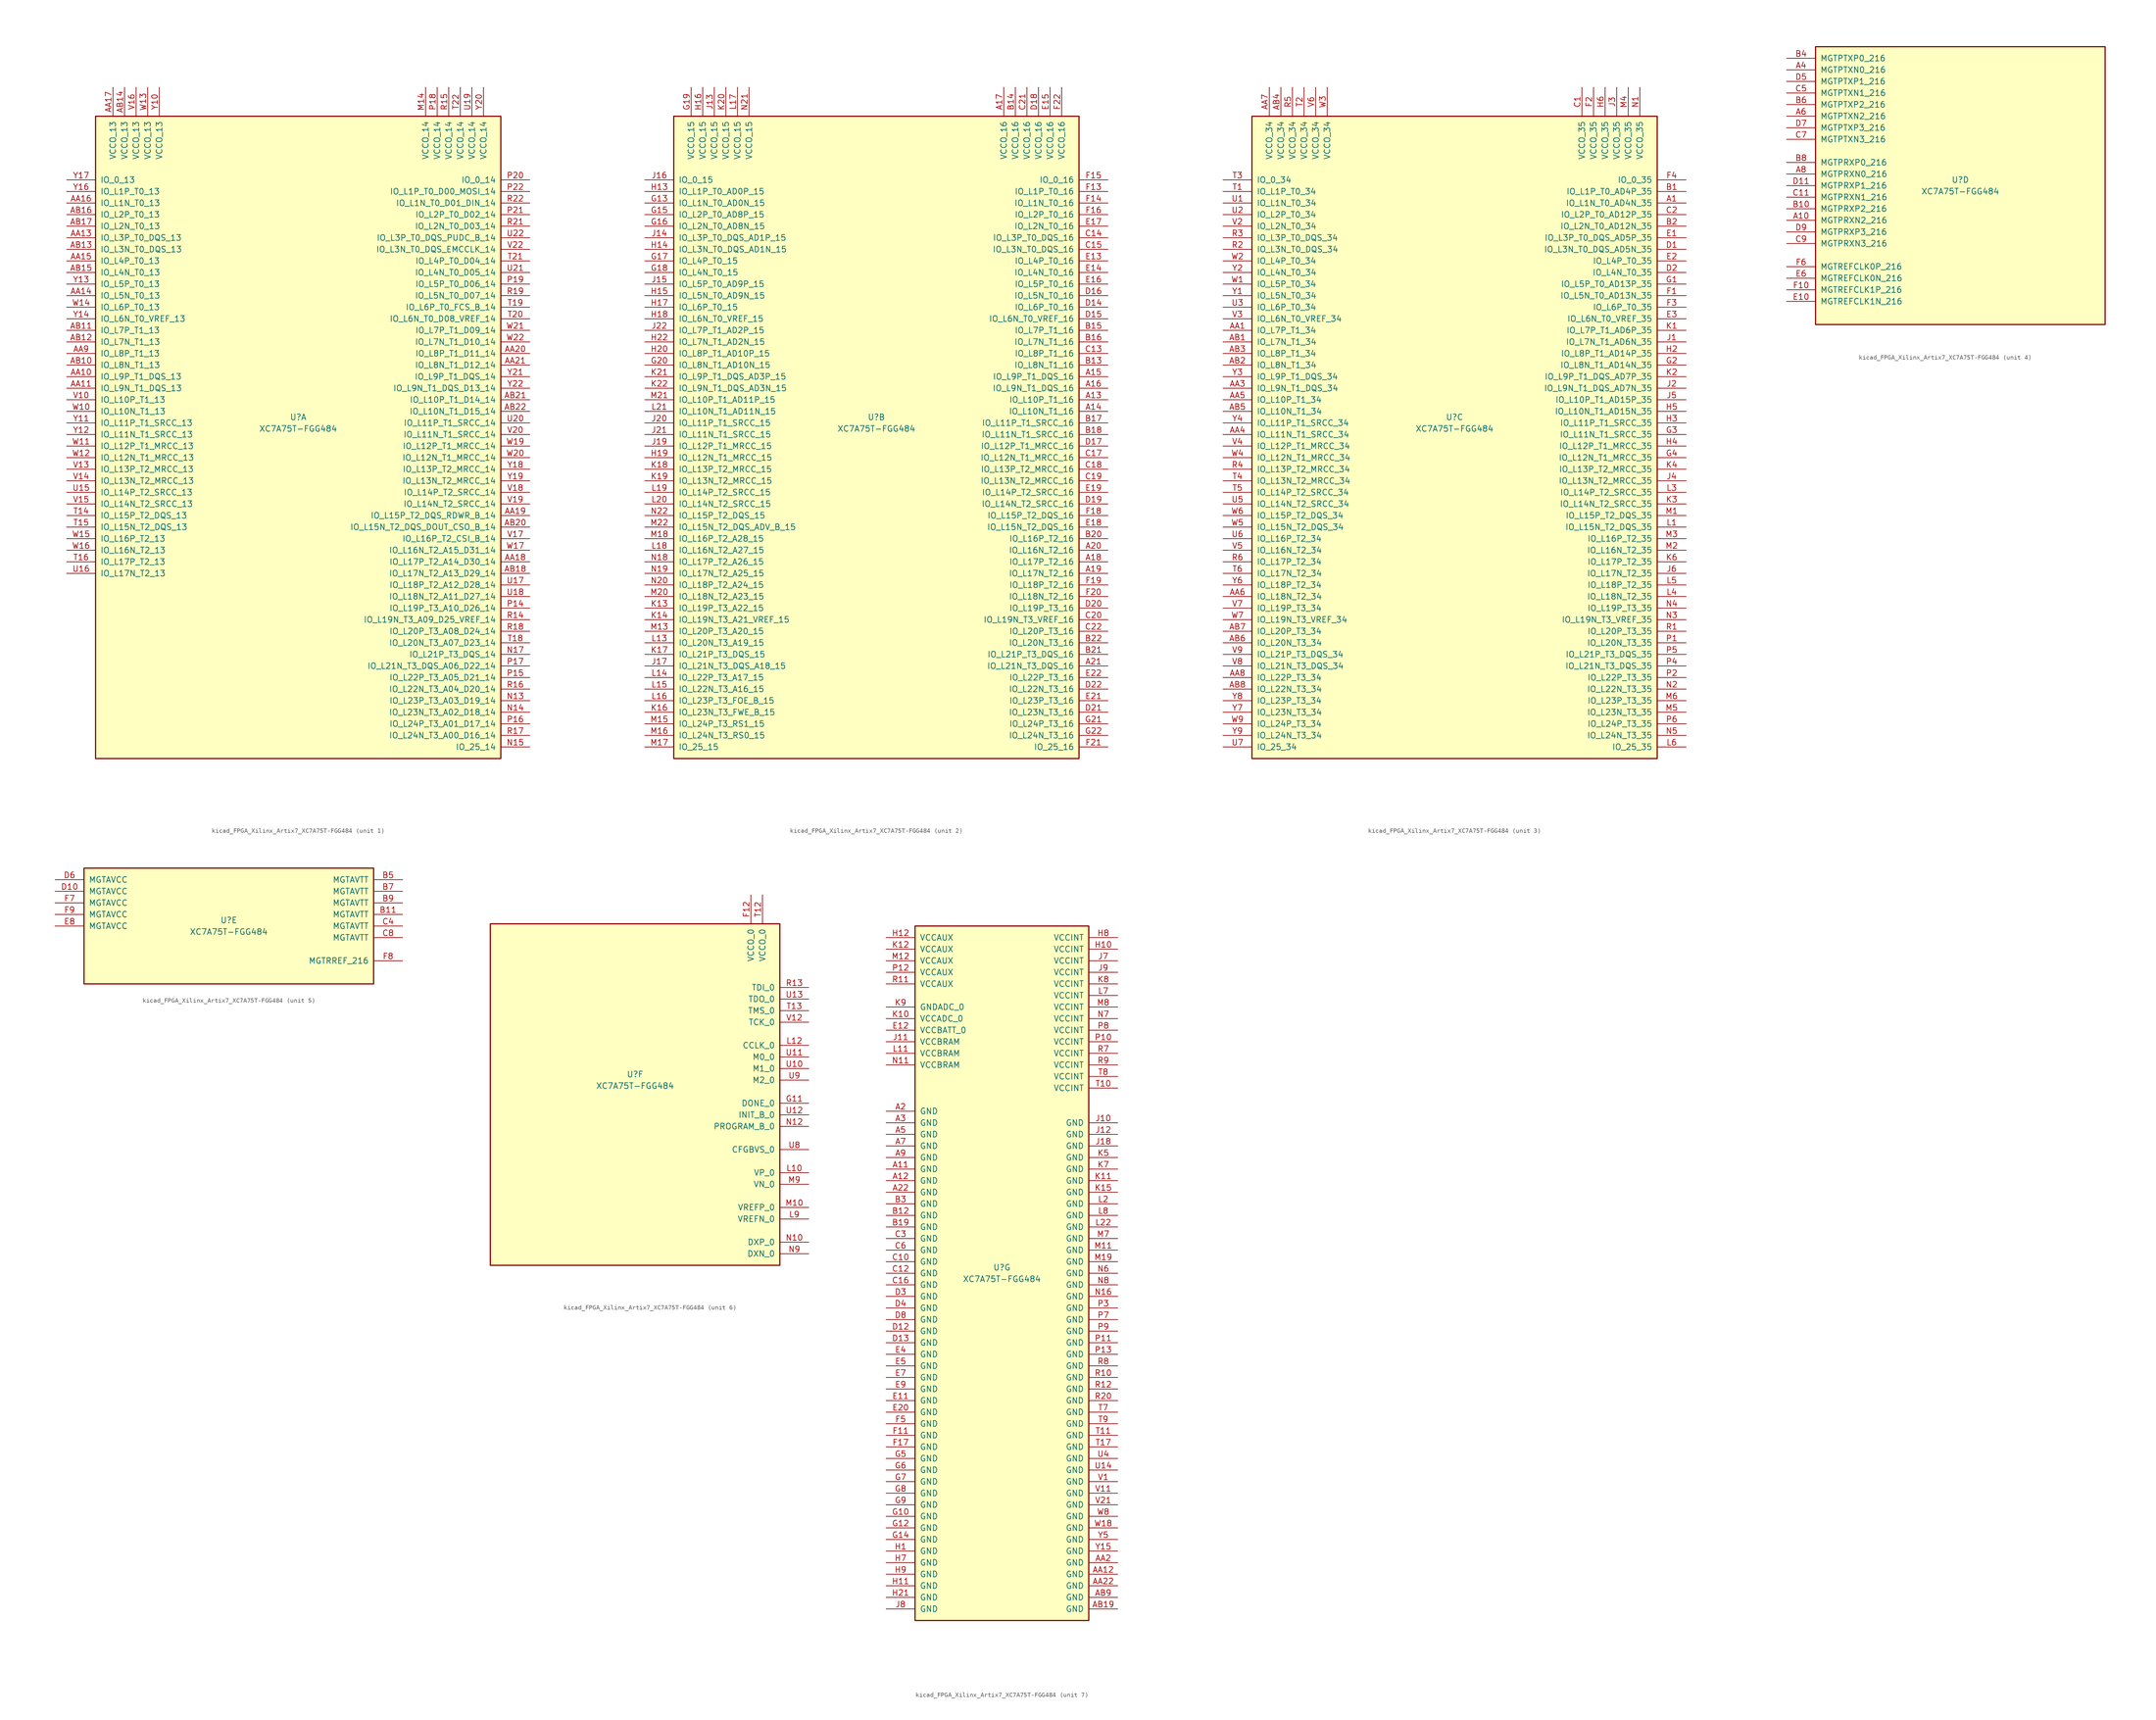
<source format=kicad_sym>
(kicad_symbol_lib
  (version 20220914)
  (generator kicad_symbol_editor)
  (symbol "kicad_FPGA_Xilinx_Artix7_XC7A75T-FGG484"
    (pin_names
      (offset 1.016))
    (property "Reference" "U"
      (at 0 1.27 0)
      (effects (font (size 1.27 1.27))))
    (property "Value" "XC7A75T-FGG484"
      (at 0 -1.27 0)
      (effects (font (size 1.27 1.27))))
    (property "Datasheet" ""
      (at 0 0 0)
      (effects (font (size 1.27 1.27))))
    (property "ki_locked" ""
      (at 0 0 0)
      (effects (font (size 1.27 1.27))))
    (symbol "kicad_FPGA_Xilinx_Artix7_XC7A75T-FGG484_1_1"
      (rectangle (start -44.45 67.31) (end 44.45 -73.66) (stroke (width 0.254) (type default)) (fill (type background)))
      (pin bidirectional line (at -50.8 10.16 0) (length 6.35) (name "IO_L9P_T1_DQS_13" (effects (font (size 1.27 1.27)))) (number "AA10" (effects (font (size 1.27 1.27)))))
      (pin bidirectional line (at -50.8 7.62 0) (length 6.35) (name "IO_L9N_T1_DQS_13" (effects (font (size 1.27 1.27)))) (number "AA11" (effects (font (size 1.27 1.27)))))
      (pin bidirectional line (at -50.8 40.64 0) (length 6.35) (name "IO_L3P_T0_DQS_13" (effects (font (size 1.27 1.27)))) (number "AA13" (effects (font (size 1.27 1.27)))))
      (pin bidirectional line (at -50.8 27.94 0) (length 6.35) (name "IO_L5N_T0_13" (effects (font (size 1.27 1.27)))) (number "AA14" (effects (font (size 1.27 1.27)))))
      (pin bidirectional line (at -50.8 35.56 0) (length 6.35) (name "IO_L4P_T0_13" (effects (font (size 1.27 1.27)))) (number "AA15" (effects (font (size 1.27 1.27)))))
      (pin bidirectional line (at -50.8 48.26 0) (length 6.35) (name "IO_L1N_T0_13" (effects (font (size 1.27 1.27)))) (number "AA16" (effects (font (size 1.27 1.27)))))
      (pin power_in line (at -40.64 73.66 270) (length 6.35) (name "VCCO_13" (effects (font (size 1.27 1.27)))) (number "AA17" (effects (font (size 1.27 1.27)))))
      (pin bidirectional line (at 50.8 -30.48 180) (length 6.35) (name "IO_L17P_T2_A14_D30_14" (effects (font (size 1.27 1.27)))) (number "AA18" (effects (font (size 1.27 1.27)))))
      (pin bidirectional line (at 50.8 -20.32 180) (length 6.35) (name "IO_L15P_T2_DQS_RDWR_B_14" (effects (font (size 1.27 1.27)))) (number "AA19" (effects (font (size 1.27 1.27)))))
      (pin bidirectional line (at 50.8 15.24 180) (length 6.35) (name "IO_L8P_T1_D11_14" (effects (font (size 1.27 1.27)))) (number "AA20" (effects (font (size 1.27 1.27)))))
      (pin bidirectional line (at 50.8 12.7 180) (length 6.35) (name "IO_L8N_T1_D12_14" (effects (font (size 1.27 1.27)))) (number "AA21" (effects (font (size 1.27 1.27)))))
      (pin bidirectional line (at -50.8 15.24 0) (length 6.35) (name "IO_L8P_T1_13" (effects (font (size 1.27 1.27)))) (number "AA9" (effects (font (size 1.27 1.27)))))
      (pin bidirectional line (at -50.8 12.7 0) (length 6.35) (name "IO_L8N_T1_13" (effects (font (size 1.27 1.27)))) (number "AB10" (effects (font (size 1.27 1.27)))))
      (pin bidirectional line (at -50.8 20.32 0) (length 6.35) (name "IO_L7P_T1_13" (effects (font (size 1.27 1.27)))) (number "AB11" (effects (font (size 1.27 1.27)))))
      (pin bidirectional line (at -50.8 17.78 0) (length 6.35) (name "IO_L7N_T1_13" (effects (font (size 1.27 1.27)))) (number "AB12" (effects (font (size 1.27 1.27)))))
      (pin bidirectional line (at -50.8 38.1 0) (length 6.35) (name "IO_L3N_T0_DQS_13" (effects (font (size 1.27 1.27)))) (number "AB13" (effects (font (size 1.27 1.27)))))
      (pin power_in line (at -38.1 73.66 270) (length 6.35) (name "VCCO_13" (effects (font (size 1.27 1.27)))) (number "AB14" (effects (font (size 1.27 1.27)))))
      (pin bidirectional line (at -50.8 33.02 0) (length 6.35) (name "IO_L4N_T0_13" (effects (font (size 1.27 1.27)))) (number "AB15" (effects (font (size 1.27 1.27)))))
      (pin bidirectional line (at -50.8 45.72 0) (length 6.35) (name "IO_L2P_T0_13" (effects (font (size 1.27 1.27)))) (number "AB16" (effects (font (size 1.27 1.27)))))
      (pin bidirectional line (at -50.8 43.18 0) (length 6.35) (name "IO_L2N_T0_13" (effects (font (size 1.27 1.27)))) (number "AB17" (effects (font (size 1.27 1.27)))))
      (pin bidirectional line (at 50.8 -33.02 180) (length 6.35) (name "IO_L17N_T2_A13_D29_14" (effects (font (size 1.27 1.27)))) (number "AB18" (effects (font (size 1.27 1.27)))))
      (pin bidirectional line (at 50.8 -22.86 180) (length 6.35) (name "IO_L15N_T2_DQS_DOUT_CSO_B_14" (effects (font (size 1.27 1.27)))) (number "AB20" (effects (font (size 1.27 1.27)))))
      (pin bidirectional line (at 50.8 5.08 180) (length 6.35) (name "IO_L10P_T1_D14_14" (effects (font (size 1.27 1.27)))) (number "AB21" (effects (font (size 1.27 1.27)))))
      (pin bidirectional line (at 50.8 2.54 180) (length 6.35) (name "IO_L10N_T1_D15_14" (effects (font (size 1.27 1.27)))) (number "AB22" (effects (font (size 1.27 1.27)))))
      (pin power_in line (at 27.94 73.66 270) (length 6.35) (name "VCCO_14" (effects (font (size 1.27 1.27)))) (number "M14" (effects (font (size 1.27 1.27)))))
      (pin bidirectional line (at 50.8 -60.96 180) (length 6.35) (name "IO_L23P_T3_A03_D19_14" (effects (font (size 1.27 1.27)))) (number "N13" (effects (font (size 1.27 1.27)))))
      (pin bidirectional line (at 50.8 -63.5 180) (length 6.35) (name "IO_L23N_T3_A02_D18_14" (effects (font (size 1.27 1.27)))) (number "N14" (effects (font (size 1.27 1.27)))))
      (pin bidirectional line (at 50.8 -71.12 180) (length 6.35) (name "IO_25_14" (effects (font (size 1.27 1.27)))) (number "N15" (effects (font (size 1.27 1.27)))))
      (pin bidirectional line (at 50.8 -50.8 180) (length 6.35) (name "IO_L21P_T3_DQS_14" (effects (font (size 1.27 1.27)))) (number "N17" (effects (font (size 1.27 1.27)))))
      (pin bidirectional line (at 50.8 -40.64 180) (length 6.35) (name "IO_L19P_T3_A10_D26_14" (effects (font (size 1.27 1.27)))) (number "P14" (effects (font (size 1.27 1.27)))))
      (pin bidirectional line (at 50.8 -55.88 180) (length 6.35) (name "IO_L22P_T3_A05_D21_14" (effects (font (size 1.27 1.27)))) (number "P15" (effects (font (size 1.27 1.27)))))
      (pin bidirectional line (at 50.8 -66.04 180) (length 6.35) (name "IO_L24P_T3_A01_D17_14" (effects (font (size 1.27 1.27)))) (number "P16" (effects (font (size 1.27 1.27)))))
      (pin bidirectional line (at 50.8 -53.34 180) (length 6.35) (name "IO_L21N_T3_DQS_A06_D22_14" (effects (font (size 1.27 1.27)))) (number "P17" (effects (font (size 1.27 1.27)))))
      (pin power_in line (at 30.48 73.66 270) (length 6.35) (name "VCCO_14" (effects (font (size 1.27 1.27)))) (number "P18" (effects (font (size 1.27 1.27)))))
      (pin bidirectional line (at 50.8 30.48 180) (length 6.35) (name "IO_L5P_T0_D06_14" (effects (font (size 1.27 1.27)))) (number "P19" (effects (font (size 1.27 1.27)))))
      (pin bidirectional line (at 50.8 53.34 180) (length 6.35) (name "IO_0_14" (effects (font (size 1.27 1.27)))) (number "P20" (effects (font (size 1.27 1.27)))))
      (pin bidirectional line (at 50.8 45.72 180) (length 6.35) (name "IO_L2P_T0_D02_14" (effects (font (size 1.27 1.27)))) (number "P21" (effects (font (size 1.27 1.27)))))
      (pin bidirectional line (at 50.8 50.8 180) (length 6.35) (name "IO_L1P_T0_D00_MOSI_14" (effects (font (size 1.27 1.27)))) (number "P22" (effects (font (size 1.27 1.27)))))
      (pin bidirectional line (at 50.8 -43.18 180) (length 6.35) (name "IO_L19N_T3_A09_D25_VREF_14" (effects (font (size 1.27 1.27)))) (number "R14" (effects (font (size 1.27 1.27)))))
      (pin power_in line (at 33.02 73.66 270) (length 6.35) (name "VCCO_14" (effects (font (size 1.27 1.27)))) (number "R15" (effects (font (size 1.27 1.27)))))
      (pin bidirectional line (at 50.8 -58.42 180) (length 6.35) (name "IO_L22N_T3_A04_D20_14" (effects (font (size 1.27 1.27)))) (number "R16" (effects (font (size 1.27 1.27)))))
      (pin bidirectional line (at 50.8 -68.58 180) (length 6.35) (name "IO_L24N_T3_A00_D16_14" (effects (font (size 1.27 1.27)))) (number "R17" (effects (font (size 1.27 1.27)))))
      (pin bidirectional line (at 50.8 -45.72 180) (length 6.35) (name "IO_L20P_T3_A08_D24_14" (effects (font (size 1.27 1.27)))) (number "R18" (effects (font (size 1.27 1.27)))))
      (pin bidirectional line (at 50.8 27.94 180) (length 6.35) (name "IO_L5N_T0_D07_14" (effects (font (size 1.27 1.27)))) (number "R19" (effects (font (size 1.27 1.27)))))
      (pin bidirectional line (at 50.8 43.18 180) (length 6.35) (name "IO_L2N_T0_D03_14" (effects (font (size 1.27 1.27)))) (number "R21" (effects (font (size 1.27 1.27)))))
      (pin bidirectional line (at 50.8 48.26 180) (length 6.35) (name "IO_L1N_T0_D01_DIN_14" (effects (font (size 1.27 1.27)))) (number "R22" (effects (font (size 1.27 1.27)))))
      (pin bidirectional line (at -50.8 -20.32 0) (length 6.35) (name "IO_L15P_T2_DQS_13" (effects (font (size 1.27 1.27)))) (number "T14" (effects (font (size 1.27 1.27)))))
      (pin bidirectional line (at -50.8 -22.86 0) (length 6.35) (name "IO_L15N_T2_DQS_13" (effects (font (size 1.27 1.27)))) (number "T15" (effects (font (size 1.27 1.27)))))
      (pin bidirectional line (at -50.8 -30.48 0) (length 6.35) (name "IO_L17P_T2_13" (effects (font (size 1.27 1.27)))) (number "T16" (effects (font (size 1.27 1.27)))))
      (pin bidirectional line (at 50.8 -48.26 180) (length 6.35) (name "IO_L20N_T3_A07_D23_14" (effects (font (size 1.27 1.27)))) (number "T18" (effects (font (size 1.27 1.27)))))
      (pin bidirectional line (at 50.8 25.4 180) (length 6.35) (name "IO_L6P_T0_FCS_B_14" (effects (font (size 1.27 1.27)))) (number "T19" (effects (font (size 1.27 1.27)))))
      (pin bidirectional line (at 50.8 22.86 180) (length 6.35) (name "IO_L6N_T0_D08_VREF_14" (effects (font (size 1.27 1.27)))) (number "T20" (effects (font (size 1.27 1.27)))))
      (pin bidirectional line (at 50.8 35.56 180) (length 6.35) (name "IO_L4P_T0_D04_14" (effects (font (size 1.27 1.27)))) (number "T21" (effects (font (size 1.27 1.27)))))
      (pin power_in line (at 35.56 73.66 270) (length 6.35) (name "VCCO_14" (effects (font (size 1.27 1.27)))) (number "T22" (effects (font (size 1.27 1.27)))))
      (pin bidirectional line (at -50.8 -15.24 0) (length 6.35) (name "IO_L14P_T2_SRCC_13" (effects (font (size 1.27 1.27)))) (number "U15" (effects (font (size 1.27 1.27)))))
      (pin bidirectional line (at -50.8 -33.02 0) (length 6.35) (name "IO_L17N_T2_13" (effects (font (size 1.27 1.27)))) (number "U16" (effects (font (size 1.27 1.27)))))
      (pin bidirectional line (at 50.8 -35.56 180) (length 6.35) (name "IO_L18P_T2_A12_D28_14" (effects (font (size 1.27 1.27)))) (number "U17" (effects (font (size 1.27 1.27)))))
      (pin bidirectional line (at 50.8 -38.1 180) (length 6.35) (name "IO_L18N_T2_A11_D27_14" (effects (font (size 1.27 1.27)))) (number "U18" (effects (font (size 1.27 1.27)))))
      (pin power_in line (at 38.1 73.66 270) (length 6.35) (name "VCCO_14" (effects (font (size 1.27 1.27)))) (number "U19" (effects (font (size 1.27 1.27)))))
      (pin bidirectional line (at 50.8 0 180) (length 6.35) (name "IO_L11P_T1_SRCC_14" (effects (font (size 1.27 1.27)))) (number "U20" (effects (font (size 1.27 1.27)))))
      (pin bidirectional line (at 50.8 33.02 180) (length 6.35) (name "IO_L4N_T0_D05_14" (effects (font (size 1.27 1.27)))) (number "U21" (effects (font (size 1.27 1.27)))))
      (pin bidirectional line (at 50.8 40.64 180) (length 6.35) (name "IO_L3P_T0_DQS_PUDC_B_14" (effects (font (size 1.27 1.27)))) (number "U22" (effects (font (size 1.27 1.27)))))
      (pin bidirectional line (at -50.8 5.08 0) (length 6.35) (name "IO_L10P_T1_13" (effects (font (size 1.27 1.27)))) (number "V10" (effects (font (size 1.27 1.27)))))
      (pin bidirectional line (at -50.8 -10.16 0) (length 6.35) (name "IO_L13P_T2_MRCC_13" (effects (font (size 1.27 1.27)))) (number "V13" (effects (font (size 1.27 1.27)))))
      (pin bidirectional line (at -50.8 -12.7 0) (length 6.35) (name "IO_L13N_T2_MRCC_13" (effects (font (size 1.27 1.27)))) (number "V14" (effects (font (size 1.27 1.27)))))
      (pin bidirectional line (at -50.8 -17.78 0) (length 6.35) (name "IO_L14N_T2_SRCC_13" (effects (font (size 1.27 1.27)))) (number "V15" (effects (font (size 1.27 1.27)))))
      (pin power_in line (at -35.56 73.66 270) (length 6.35) (name "VCCO_13" (effects (font (size 1.27 1.27)))) (number "V16" (effects (font (size 1.27 1.27)))))
      (pin bidirectional line (at 50.8 -25.4 180) (length 6.35) (name "IO_L16P_T2_CSI_B_14" (effects (font (size 1.27 1.27)))) (number "V17" (effects (font (size 1.27 1.27)))))
      (pin bidirectional line (at 50.8 -15.24 180) (length 6.35) (name "IO_L14P_T2_SRCC_14" (effects (font (size 1.27 1.27)))) (number "V18" (effects (font (size 1.27 1.27)))))
      (pin bidirectional line (at 50.8 -17.78 180) (length 6.35) (name "IO_L14N_T2_SRCC_14" (effects (font (size 1.27 1.27)))) (number "V19" (effects (font (size 1.27 1.27)))))
      (pin bidirectional line (at 50.8 -2.54 180) (length 6.35) (name "IO_L11N_T1_SRCC_14" (effects (font (size 1.27 1.27)))) (number "V20" (effects (font (size 1.27 1.27)))))
      (pin bidirectional line (at 50.8 38.1 180) (length 6.35) (name "IO_L3N_T0_DQS_EMCCLK_14" (effects (font (size 1.27 1.27)))) (number "V22" (effects (font (size 1.27 1.27)))))
      (pin bidirectional line (at -50.8 2.54 0) (length 6.35) (name "IO_L10N_T1_13" (effects (font (size 1.27 1.27)))) (number "W10" (effects (font (size 1.27 1.27)))))
      (pin bidirectional line (at -50.8 -5.08 0) (length 6.35) (name "IO_L12P_T1_MRCC_13" (effects (font (size 1.27 1.27)))) (number "W11" (effects (font (size 1.27 1.27)))))
      (pin bidirectional line (at -50.8 -7.62 0) (length 6.35) (name "IO_L12N_T1_MRCC_13" (effects (font (size 1.27 1.27)))) (number "W12" (effects (font (size 1.27 1.27)))))
      (pin power_in line (at -33.02 73.66 270) (length 6.35) (name "VCCO_13" (effects (font (size 1.27 1.27)))) (number "W13" (effects (font (size 1.27 1.27)))))
      (pin bidirectional line (at -50.8 25.4 0) (length 6.35) (name "IO_L6P_T0_13" (effects (font (size 1.27 1.27)))) (number "W14" (effects (font (size 1.27 1.27)))))
      (pin bidirectional line (at -50.8 -25.4 0) (length 6.35) (name "IO_L16P_T2_13" (effects (font (size 1.27 1.27)))) (number "W15" (effects (font (size 1.27 1.27)))))
      (pin bidirectional line (at -50.8 -27.94 0) (length 6.35) (name "IO_L16N_T2_13" (effects (font (size 1.27 1.27)))) (number "W16" (effects (font (size 1.27 1.27)))))
      (pin bidirectional line (at 50.8 -27.94 180) (length 6.35) (name "IO_L16N_T2_A15_D31_14" (effects (font (size 1.27 1.27)))) (number "W17" (effects (font (size 1.27 1.27)))))
      (pin bidirectional line (at 50.8 -5.08 180) (length 6.35) (name "IO_L12P_T1_MRCC_14" (effects (font (size 1.27 1.27)))) (number "W19" (effects (font (size 1.27 1.27)))))
      (pin bidirectional line (at 50.8 -7.62 180) (length 6.35) (name "IO_L12N_T1_MRCC_14" (effects (font (size 1.27 1.27)))) (number "W20" (effects (font (size 1.27 1.27)))))
      (pin bidirectional line (at 50.8 20.32 180) (length 6.35) (name "IO_L7P_T1_D09_14" (effects (font (size 1.27 1.27)))) (number "W21" (effects (font (size 1.27 1.27)))))
      (pin bidirectional line (at 50.8 17.78 180) (length 6.35) (name "IO_L7N_T1_D10_14" (effects (font (size 1.27 1.27)))) (number "W22" (effects (font (size 1.27 1.27)))))
      (pin power_in line (at -30.48 73.66 270) (length 6.35) (name "VCCO_13" (effects (font (size 1.27 1.27)))) (number "Y10" (effects (font (size 1.27 1.27)))))
      (pin bidirectional line (at -50.8 0 0) (length 6.35) (name "IO_L11P_T1_SRCC_13" (effects (font (size 1.27 1.27)))) (number "Y11" (effects (font (size 1.27 1.27)))))
      (pin bidirectional line (at -50.8 -2.54 0) (length 6.35) (name "IO_L11N_T1_SRCC_13" (effects (font (size 1.27 1.27)))) (number "Y12" (effects (font (size 1.27 1.27)))))
      (pin bidirectional line (at -50.8 30.48 0) (length 6.35) (name "IO_L5P_T0_13" (effects (font (size 1.27 1.27)))) (number "Y13" (effects (font (size 1.27 1.27)))))
      (pin bidirectional line (at -50.8 22.86 0) (length 6.35) (name "IO_L6N_T0_VREF_13" (effects (font (size 1.27 1.27)))) (number "Y14" (effects (font (size 1.27 1.27)))))
      (pin bidirectional line (at -50.8 50.8 0) (length 6.35) (name "IO_L1P_T0_13" (effects (font (size 1.27 1.27)))) (number "Y16" (effects (font (size 1.27 1.27)))))
      (pin bidirectional line (at -50.8 53.34 0) (length 6.35) (name "IO_0_13" (effects (font (size 1.27 1.27)))) (number "Y17" (effects (font (size 1.27 1.27)))))
      (pin bidirectional line (at 50.8 -10.16 180) (length 6.35) (name "IO_L13P_T2_MRCC_14" (effects (font (size 1.27 1.27)))) (number "Y18" (effects (font (size 1.27 1.27)))))
      (pin bidirectional line (at 50.8 -12.7 180) (length 6.35) (name "IO_L13N_T2_MRCC_14" (effects (font (size 1.27 1.27)))) (number "Y19" (effects (font (size 1.27 1.27)))))
      (pin power_in line (at 40.64 73.66 270) (length 6.35) (name "VCCO_14" (effects (font (size 1.27 1.27)))) (number "Y20" (effects (font (size 1.27 1.27)))))
      (pin bidirectional line (at 50.8 10.16 180) (length 6.35) (name "IO_L9P_T1_DQS_14" (effects (font (size 1.27 1.27)))) (number "Y21" (effects (font (size 1.27 1.27)))))
      (pin bidirectional line (at 50.8 7.62 180) (length 6.35) (name "IO_L9N_T1_DQS_D13_14" (effects (font (size 1.27 1.27)))) (number "Y22" (effects (font (size 1.27 1.27))))))
    (symbol "kicad_FPGA_Xilinx_Artix7_XC7A75T-FGG484_2_1"
      (rectangle (start -44.45 67.31) (end 44.45 -73.66) (stroke (width 0.254) (type default)) (fill (type background)))
      (pin bidirectional line (at 50.8 5.08 180) (length 6.35) (name "IO_L10P_T1_16" (effects (font (size 1.27 1.27)))) (number "A13" (effects (font (size 1.27 1.27)))))
      (pin bidirectional line (at 50.8 2.54 180) (length 6.35) (name "IO_L10N_T1_16" (effects (font (size 1.27 1.27)))) (number "A14" (effects (font (size 1.27 1.27)))))
      (pin bidirectional line (at 50.8 10.16 180) (length 6.35) (name "IO_L9P_T1_DQS_16" (effects (font (size 1.27 1.27)))) (number "A15" (effects (font (size 1.27 1.27)))))
      (pin bidirectional line (at 50.8 7.62 180) (length 6.35) (name "IO_L9N_T1_DQS_16" (effects (font (size 1.27 1.27)))) (number "A16" (effects (font (size 1.27 1.27)))))
      (pin power_in line (at 27.94 73.66 270) (length 6.35) (name "VCCO_16" (effects (font (size 1.27 1.27)))) (number "A17" (effects (font (size 1.27 1.27)))))
      (pin bidirectional line (at 50.8 -30.48 180) (length 6.35) (name "IO_L17P_T2_16" (effects (font (size 1.27 1.27)))) (number "A18" (effects (font (size 1.27 1.27)))))
      (pin bidirectional line (at 50.8 -33.02 180) (length 6.35) (name "IO_L17N_T2_16" (effects (font (size 1.27 1.27)))) (number "A19" (effects (font (size 1.27 1.27)))))
      (pin bidirectional line (at 50.8 -27.94 180) (length 6.35) (name "IO_L16N_T2_16" (effects (font (size 1.27 1.27)))) (number "A20" (effects (font (size 1.27 1.27)))))
      (pin bidirectional line (at 50.8 -53.34 180) (length 6.35) (name "IO_L21N_T3_DQS_16" (effects (font (size 1.27 1.27)))) (number "A21" (effects (font (size 1.27 1.27)))))
      (pin bidirectional line (at 50.8 12.7 180) (length 6.35) (name "IO_L8N_T1_16" (effects (font (size 1.27 1.27)))) (number "B13" (effects (font (size 1.27 1.27)))))
      (pin power_in line (at 30.48 73.66 270) (length 6.35) (name "VCCO_16" (effects (font (size 1.27 1.27)))) (number "B14" (effects (font (size 1.27 1.27)))))
      (pin bidirectional line (at 50.8 20.32 180) (length 6.35) (name "IO_L7P_T1_16" (effects (font (size 1.27 1.27)))) (number "B15" (effects (font (size 1.27 1.27)))))
      (pin bidirectional line (at 50.8 17.78 180) (length 6.35) (name "IO_L7N_T1_16" (effects (font (size 1.27 1.27)))) (number "B16" (effects (font (size 1.27 1.27)))))
      (pin bidirectional line (at 50.8 0 180) (length 6.35) (name "IO_L11P_T1_SRCC_16" (effects (font (size 1.27 1.27)))) (number "B17" (effects (font (size 1.27 1.27)))))
      (pin bidirectional line (at 50.8 -2.54 180) (length 6.35) (name "IO_L11N_T1_SRCC_16" (effects (font (size 1.27 1.27)))) (number "B18" (effects (font (size 1.27 1.27)))))
      (pin bidirectional line (at 50.8 -25.4 180) (length 6.35) (name "IO_L16P_T2_16" (effects (font (size 1.27 1.27)))) (number "B20" (effects (font (size 1.27 1.27)))))
      (pin bidirectional line (at 50.8 -50.8 180) (length 6.35) (name "IO_L21P_T3_DQS_16" (effects (font (size 1.27 1.27)))) (number "B21" (effects (font (size 1.27 1.27)))))
      (pin bidirectional line (at 50.8 -48.26 180) (length 6.35) (name "IO_L20N_T3_16" (effects (font (size 1.27 1.27)))) (number "B22" (effects (font (size 1.27 1.27)))))
      (pin bidirectional line (at 50.8 15.24 180) (length 6.35) (name "IO_L8P_T1_16" (effects (font (size 1.27 1.27)))) (number "C13" (effects (font (size 1.27 1.27)))))
      (pin bidirectional line (at 50.8 40.64 180) (length 6.35) (name "IO_L3P_T0_DQS_16" (effects (font (size 1.27 1.27)))) (number "C14" (effects (font (size 1.27 1.27)))))
      (pin bidirectional line (at 50.8 38.1 180) (length 6.35) (name "IO_L3N_T0_DQS_16" (effects (font (size 1.27 1.27)))) (number "C15" (effects (font (size 1.27 1.27)))))
      (pin bidirectional line (at 50.8 -7.62 180) (length 6.35) (name "IO_L12N_T1_MRCC_16" (effects (font (size 1.27 1.27)))) (number "C17" (effects (font (size 1.27 1.27)))))
      (pin bidirectional line (at 50.8 -10.16 180) (length 6.35) (name "IO_L13P_T2_MRCC_16" (effects (font (size 1.27 1.27)))) (number "C18" (effects (font (size 1.27 1.27)))))
      (pin bidirectional line (at 50.8 -12.7 180) (length 6.35) (name "IO_L13N_T2_MRCC_16" (effects (font (size 1.27 1.27)))) (number "C19" (effects (font (size 1.27 1.27)))))
      (pin bidirectional line (at 50.8 -43.18 180) (length 6.35) (name "IO_L19N_T3_VREF_16" (effects (font (size 1.27 1.27)))) (number "C20" (effects (font (size 1.27 1.27)))))
      (pin power_in line (at 33.02 73.66 270) (length 6.35) (name "VCCO_16" (effects (font (size 1.27 1.27)))) (number "C21" (effects (font (size 1.27 1.27)))))
      (pin bidirectional line (at 50.8 -45.72 180) (length 6.35) (name "IO_L20P_T3_16" (effects (font (size 1.27 1.27)))) (number "C22" (effects (font (size 1.27 1.27)))))
      (pin bidirectional line (at 50.8 25.4 180) (length 6.35) (name "IO_L6P_T0_16" (effects (font (size 1.27 1.27)))) (number "D14" (effects (font (size 1.27 1.27)))))
      (pin bidirectional line (at 50.8 22.86 180) (length 6.35) (name "IO_L6N_T0_VREF_16" (effects (font (size 1.27 1.27)))) (number "D15" (effects (font (size 1.27 1.27)))))
      (pin bidirectional line (at 50.8 27.94 180) (length 6.35) (name "IO_L5N_T0_16" (effects (font (size 1.27 1.27)))) (number "D16" (effects (font (size 1.27 1.27)))))
      (pin bidirectional line (at 50.8 -5.08 180) (length 6.35) (name "IO_L12P_T1_MRCC_16" (effects (font (size 1.27 1.27)))) (number "D17" (effects (font (size 1.27 1.27)))))
      (pin power_in line (at 35.56 73.66 270) (length 6.35) (name "VCCO_16" (effects (font (size 1.27 1.27)))) (number "D18" (effects (font (size 1.27 1.27)))))
      (pin bidirectional line (at 50.8 -17.78 180) (length 6.35) (name "IO_L14N_T2_SRCC_16" (effects (font (size 1.27 1.27)))) (number "D19" (effects (font (size 1.27 1.27)))))
      (pin bidirectional line (at 50.8 -40.64 180) (length 6.35) (name "IO_L19P_T3_16" (effects (font (size 1.27 1.27)))) (number "D20" (effects (font (size 1.27 1.27)))))
      (pin bidirectional line (at 50.8 -63.5 180) (length 6.35) (name "IO_L23N_T3_16" (effects (font (size 1.27 1.27)))) (number "D21" (effects (font (size 1.27 1.27)))))
      (pin bidirectional line (at 50.8 -58.42 180) (length 6.35) (name "IO_L22N_T3_16" (effects (font (size 1.27 1.27)))) (number "D22" (effects (font (size 1.27 1.27)))))
      (pin bidirectional line (at 50.8 35.56 180) (length 6.35) (name "IO_L4P_T0_16" (effects (font (size 1.27 1.27)))) (number "E13" (effects (font (size 1.27 1.27)))))
      (pin bidirectional line (at 50.8 33.02 180) (length 6.35) (name "IO_L4N_T0_16" (effects (font (size 1.27 1.27)))) (number "E14" (effects (font (size 1.27 1.27)))))
      (pin power_in line (at 38.1 73.66 270) (length 6.35) (name "VCCO_16" (effects (font (size 1.27 1.27)))) (number "E15" (effects (font (size 1.27 1.27)))))
      (pin bidirectional line (at 50.8 30.48 180) (length 6.35) (name "IO_L5P_T0_16" (effects (font (size 1.27 1.27)))) (number "E16" (effects (font (size 1.27 1.27)))))
      (pin bidirectional line (at 50.8 43.18 180) (length 6.35) (name "IO_L2N_T0_16" (effects (font (size 1.27 1.27)))) (number "E17" (effects (font (size 1.27 1.27)))))
      (pin bidirectional line (at 50.8 -22.86 180) (length 6.35) (name "IO_L15N_T2_DQS_16" (effects (font (size 1.27 1.27)))) (number "E18" (effects (font (size 1.27 1.27)))))
      (pin bidirectional line (at 50.8 -15.24 180) (length 6.35) (name "IO_L14P_T2_SRCC_16" (effects (font (size 1.27 1.27)))) (number "E19" (effects (font (size 1.27 1.27)))))
      (pin bidirectional line (at 50.8 -60.96 180) (length 6.35) (name "IO_L23P_T3_16" (effects (font (size 1.27 1.27)))) (number "E21" (effects (font (size 1.27 1.27)))))
      (pin bidirectional line (at 50.8 -55.88 180) (length 6.35) (name "IO_L22P_T3_16" (effects (font (size 1.27 1.27)))) (number "E22" (effects (font (size 1.27 1.27)))))
      (pin bidirectional line (at 50.8 50.8 180) (length 6.35) (name "IO_L1P_T0_16" (effects (font (size 1.27 1.27)))) (number "F13" (effects (font (size 1.27 1.27)))))
      (pin bidirectional line (at 50.8 48.26 180) (length 6.35) (name "IO_L1N_T0_16" (effects (font (size 1.27 1.27)))) (number "F14" (effects (font (size 1.27 1.27)))))
      (pin bidirectional line (at 50.8 53.34 180) (length 6.35) (name "IO_0_16" (effects (font (size 1.27 1.27)))) (number "F15" (effects (font (size 1.27 1.27)))))
      (pin bidirectional line (at 50.8 45.72 180) (length 6.35) (name "IO_L2P_T0_16" (effects (font (size 1.27 1.27)))) (number "F16" (effects (font (size 1.27 1.27)))))
      (pin bidirectional line (at 50.8 -20.32 180) (length 6.35) (name "IO_L15P_T2_DQS_16" (effects (font (size 1.27 1.27)))) (number "F18" (effects (font (size 1.27 1.27)))))
      (pin bidirectional line (at 50.8 -35.56 180) (length 6.35) (name "IO_L18P_T2_16" (effects (font (size 1.27 1.27)))) (number "F19" (effects (font (size 1.27 1.27)))))
      (pin bidirectional line (at 50.8 -38.1 180) (length 6.35) (name "IO_L18N_T2_16" (effects (font (size 1.27 1.27)))) (number "F20" (effects (font (size 1.27 1.27)))))
      (pin bidirectional line (at 50.8 -71.12 180) (length 6.35) (name "IO_25_16" (effects (font (size 1.27 1.27)))) (number "F21" (effects (font (size 1.27 1.27)))))
      (pin power_in line (at 40.64 73.66 270) (length 6.35) (name "VCCO_16" (effects (font (size 1.27 1.27)))) (number "F22" (effects (font (size 1.27 1.27)))))
      (pin bidirectional line (at -50.8 48.26 0) (length 6.35) (name "IO_L1N_T0_AD0N_15" (effects (font (size 1.27 1.27)))) (number "G13" (effects (font (size 1.27 1.27)))))
      (pin bidirectional line (at -50.8 45.72 0) (length 6.35) (name "IO_L2P_T0_AD8P_15" (effects (font (size 1.27 1.27)))) (number "G15" (effects (font (size 1.27 1.27)))))
      (pin bidirectional line (at -50.8 43.18 0) (length 6.35) (name "IO_L2N_T0_AD8N_15" (effects (font (size 1.27 1.27)))) (number "G16" (effects (font (size 1.27 1.27)))))
      (pin bidirectional line (at -50.8 35.56 0) (length 6.35) (name "IO_L4P_T0_15" (effects (font (size 1.27 1.27)))) (number "G17" (effects (font (size 1.27 1.27)))))
      (pin bidirectional line (at -50.8 33.02 0) (length 6.35) (name "IO_L4N_T0_15" (effects (font (size 1.27 1.27)))) (number "G18" (effects (font (size 1.27 1.27)))))
      (pin power_in line (at -40.64 73.66 270) (length 6.35) (name "VCCO_15" (effects (font (size 1.27 1.27)))) (number "G19" (effects (font (size 1.27 1.27)))))
      (pin bidirectional line (at -50.8 12.7 0) (length 6.35) (name "IO_L8N_T1_AD10N_15" (effects (font (size 1.27 1.27)))) (number "G20" (effects (font (size 1.27 1.27)))))
      (pin bidirectional line (at 50.8 -66.04 180) (length 6.35) (name "IO_L24P_T3_16" (effects (font (size 1.27 1.27)))) (number "G21" (effects (font (size 1.27 1.27)))))
      (pin bidirectional line (at 50.8 -68.58 180) (length 6.35) (name "IO_L24N_T3_16" (effects (font (size 1.27 1.27)))) (number "G22" (effects (font (size 1.27 1.27)))))
      (pin bidirectional line (at -50.8 50.8 0) (length 6.35) (name "IO_L1P_T0_AD0P_15" (effects (font (size 1.27 1.27)))) (number "H13" (effects (font (size 1.27 1.27)))))
      (pin bidirectional line (at -50.8 38.1 0) (length 6.35) (name "IO_L3N_T0_DQS_AD1N_15" (effects (font (size 1.27 1.27)))) (number "H14" (effects (font (size 1.27 1.27)))))
      (pin bidirectional line (at -50.8 27.94 0) (length 6.35) (name "IO_L5N_T0_AD9N_15" (effects (font (size 1.27 1.27)))) (number "H15" (effects (font (size 1.27 1.27)))))
      (pin power_in line (at -38.1 73.66 270) (length 6.35) (name "VCCO_15" (effects (font (size 1.27 1.27)))) (number "H16" (effects (font (size 1.27 1.27)))))
      (pin bidirectional line (at -50.8 25.4 0) (length 6.35) (name "IO_L6P_T0_15" (effects (font (size 1.27 1.27)))) (number "H17" (effects (font (size 1.27 1.27)))))
      (pin bidirectional line (at -50.8 22.86 0) (length 6.35) (name "IO_L6N_T0_VREF_15" (effects (font (size 1.27 1.27)))) (number "H18" (effects (font (size 1.27 1.27)))))
      (pin bidirectional line (at -50.8 -7.62 0) (length 6.35) (name "IO_L12N_T1_MRCC_15" (effects (font (size 1.27 1.27)))) (number "H19" (effects (font (size 1.27 1.27)))))
      (pin bidirectional line (at -50.8 15.24 0) (length 6.35) (name "IO_L8P_T1_AD10P_15" (effects (font (size 1.27 1.27)))) (number "H20" (effects (font (size 1.27 1.27)))))
      (pin bidirectional line (at -50.8 17.78 0) (length 6.35) (name "IO_L7N_T1_AD2N_15" (effects (font (size 1.27 1.27)))) (number "H22" (effects (font (size 1.27 1.27)))))
      (pin power_in line (at -35.56 73.66 270) (length 6.35) (name "VCCO_15" (effects (font (size 1.27 1.27)))) (number "J13" (effects (font (size 1.27 1.27)))))
      (pin bidirectional line (at -50.8 40.64 0) (length 6.35) (name "IO_L3P_T0_DQS_AD1P_15" (effects (font (size 1.27 1.27)))) (number "J14" (effects (font (size 1.27 1.27)))))
      (pin bidirectional line (at -50.8 30.48 0) (length 6.35) (name "IO_L5P_T0_AD9P_15" (effects (font (size 1.27 1.27)))) (number "J15" (effects (font (size 1.27 1.27)))))
      (pin bidirectional line (at -50.8 53.34 0) (length 6.35) (name "IO_0_15" (effects (font (size 1.27 1.27)))) (number "J16" (effects (font (size 1.27 1.27)))))
      (pin bidirectional line (at -50.8 -53.34 0) (length 6.35) (name "IO_L21N_T3_DQS_A18_15" (effects (font (size 1.27 1.27)))) (number "J17" (effects (font (size 1.27 1.27)))))
      (pin bidirectional line (at -50.8 -5.08 0) (length 6.35) (name "IO_L12P_T1_MRCC_15" (effects (font (size 1.27 1.27)))) (number "J19" (effects (font (size 1.27 1.27)))))
      (pin bidirectional line (at -50.8 0 0) (length 6.35) (name "IO_L11P_T1_SRCC_15" (effects (font (size 1.27 1.27)))) (number "J20" (effects (font (size 1.27 1.27)))))
      (pin bidirectional line (at -50.8 -2.54 0) (length 6.35) (name "IO_L11N_T1_SRCC_15" (effects (font (size 1.27 1.27)))) (number "J21" (effects (font (size 1.27 1.27)))))
      (pin bidirectional line (at -50.8 20.32 0) (length 6.35) (name "IO_L7P_T1_AD2P_15" (effects (font (size 1.27 1.27)))) (number "J22" (effects (font (size 1.27 1.27)))))
      (pin bidirectional line (at -50.8 -40.64 0) (length 6.35) (name "IO_L19P_T3_A22_15" (effects (font (size 1.27 1.27)))) (number "K13" (effects (font (size 1.27 1.27)))))
      (pin bidirectional line (at -50.8 -43.18 0) (length 6.35) (name "IO_L19N_T3_A21_VREF_15" (effects (font (size 1.27 1.27)))) (number "K14" (effects (font (size 1.27 1.27)))))
      (pin bidirectional line (at -50.8 -63.5 0) (length 6.35) (name "IO_L23N_T3_FWE_B_15" (effects (font (size 1.27 1.27)))) (number "K16" (effects (font (size 1.27 1.27)))))
      (pin bidirectional line (at -50.8 -50.8 0) (length 6.35) (name "IO_L21P_T3_DQS_15" (effects (font (size 1.27 1.27)))) (number "K17" (effects (font (size 1.27 1.27)))))
      (pin bidirectional line (at -50.8 -10.16 0) (length 6.35) (name "IO_L13P_T2_MRCC_15" (effects (font (size 1.27 1.27)))) (number "K18" (effects (font (size 1.27 1.27)))))
      (pin bidirectional line (at -50.8 -12.7 0) (length 6.35) (name "IO_L13N_T2_MRCC_15" (effects (font (size 1.27 1.27)))) (number "K19" (effects (font (size 1.27 1.27)))))
      (pin power_in line (at -33.02 73.66 270) (length 6.35) (name "VCCO_15" (effects (font (size 1.27 1.27)))) (number "K20" (effects (font (size 1.27 1.27)))))
      (pin bidirectional line (at -50.8 10.16 0) (length 6.35) (name "IO_L9P_T1_DQS_AD3P_15" (effects (font (size 1.27 1.27)))) (number "K21" (effects (font (size 1.27 1.27)))))
      (pin bidirectional line (at -50.8 7.62 0) (length 6.35) (name "IO_L9N_T1_DQS_AD3N_15" (effects (font (size 1.27 1.27)))) (number "K22" (effects (font (size 1.27 1.27)))))
      (pin bidirectional line (at -50.8 -48.26 0) (length 6.35) (name "IO_L20N_T3_A19_15" (effects (font (size 1.27 1.27)))) (number "L13" (effects (font (size 1.27 1.27)))))
      (pin bidirectional line (at -50.8 -55.88 0) (length 6.35) (name "IO_L22P_T3_A17_15" (effects (font (size 1.27 1.27)))) (number "L14" (effects (font (size 1.27 1.27)))))
      (pin bidirectional line (at -50.8 -58.42 0) (length 6.35) (name "IO_L22N_T3_A16_15" (effects (font (size 1.27 1.27)))) (number "L15" (effects (font (size 1.27 1.27)))))
      (pin bidirectional line (at -50.8 -60.96 0) (length 6.35) (name "IO_L23P_T3_FOE_B_15" (effects (font (size 1.27 1.27)))) (number "L16" (effects (font (size 1.27 1.27)))))
      (pin power_in line (at -30.48 73.66 270) (length 6.35) (name "VCCO_15" (effects (font (size 1.27 1.27)))) (number "L17" (effects (font (size 1.27 1.27)))))
      (pin bidirectional line (at -50.8 -27.94 0) (length 6.35) (name "IO_L16N_T2_A27_15" (effects (font (size 1.27 1.27)))) (number "L18" (effects (font (size 1.27 1.27)))))
      (pin bidirectional line (at -50.8 -15.24 0) (length 6.35) (name "IO_L14P_T2_SRCC_15" (effects (font (size 1.27 1.27)))) (number "L19" (effects (font (size 1.27 1.27)))))
      (pin bidirectional line (at -50.8 -17.78 0) (length 6.35) (name "IO_L14N_T2_SRCC_15" (effects (font (size 1.27 1.27)))) (number "L20" (effects (font (size 1.27 1.27)))))
      (pin bidirectional line (at -50.8 2.54 0) (length 6.35) (name "IO_L10N_T1_AD11N_15" (effects (font (size 1.27 1.27)))) (number "L21" (effects (font (size 1.27 1.27)))))
      (pin bidirectional line (at -50.8 -45.72 0) (length 6.35) (name "IO_L20P_T3_A20_15" (effects (font (size 1.27 1.27)))) (number "M13" (effects (font (size 1.27 1.27)))))
      (pin bidirectional line (at -50.8 -66.04 0) (length 6.35) (name "IO_L24P_T3_RS1_15" (effects (font (size 1.27 1.27)))) (number "M15" (effects (font (size 1.27 1.27)))))
      (pin bidirectional line (at -50.8 -68.58 0) (length 6.35) (name "IO_L24N_T3_RS0_15" (effects (font (size 1.27 1.27)))) (number "M16" (effects (font (size 1.27 1.27)))))
      (pin bidirectional line (at -50.8 -71.12 0) (length 6.35) (name "IO_25_15" (effects (font (size 1.27 1.27)))) (number "M17" (effects (font (size 1.27 1.27)))))
      (pin bidirectional line (at -50.8 -25.4 0) (length 6.35) (name "IO_L16P_T2_A28_15" (effects (font (size 1.27 1.27)))) (number "M18" (effects (font (size 1.27 1.27)))))
      (pin bidirectional line (at -50.8 -38.1 0) (length 6.35) (name "IO_L18N_T2_A23_15" (effects (font (size 1.27 1.27)))) (number "M20" (effects (font (size 1.27 1.27)))))
      (pin bidirectional line (at -50.8 5.08 0) (length 6.35) (name "IO_L10P_T1_AD11P_15" (effects (font (size 1.27 1.27)))) (number "M21" (effects (font (size 1.27 1.27)))))
      (pin bidirectional line (at -50.8 -22.86 0) (length 6.35) (name "IO_L15N_T2_DQS_ADV_B_15" (effects (font (size 1.27 1.27)))) (number "M22" (effects (font (size 1.27 1.27)))))
      (pin bidirectional line (at -50.8 -30.48 0) (length 6.35) (name "IO_L17P_T2_A26_15" (effects (font (size 1.27 1.27)))) (number "N18" (effects (font (size 1.27 1.27)))))
      (pin bidirectional line (at -50.8 -33.02 0) (length 6.35) (name "IO_L17N_T2_A25_15" (effects (font (size 1.27 1.27)))) (number "N19" (effects (font (size 1.27 1.27)))))
      (pin bidirectional line (at -50.8 -35.56 0) (length 6.35) (name "IO_L18P_T2_A24_15" (effects (font (size 1.27 1.27)))) (number "N20" (effects (font (size 1.27 1.27)))))
      (pin power_in line (at -27.94 73.66 270) (length 6.35) (name "VCCO_15" (effects (font (size 1.27 1.27)))) (number "N21" (effects (font (size 1.27 1.27)))))
      (pin bidirectional line (at -50.8 -20.32 0) (length 6.35) (name "IO_L15P_T2_DQS_15" (effects (font (size 1.27 1.27)))) (number "N22" (effects (font (size 1.27 1.27))))))
    (symbol "kicad_FPGA_Xilinx_Artix7_XC7A75T-FGG484_3_1"
      (rectangle (start -44.45 67.31) (end 44.45 -73.66) (stroke (width 0.254) (type default)) (fill (type background)))
      (pin bidirectional line (at 50.8 48.26 180) (length 6.35) (name "IO_L1N_T0_AD4N_35" (effects (font (size 1.27 1.27)))) (number "A1" (effects (font (size 1.27 1.27)))))
      (pin bidirectional line (at -50.8 20.32 0) (length 6.35) (name "IO_L7P_T1_34" (effects (font (size 1.27 1.27)))) (number "AA1" (effects (font (size 1.27 1.27)))))
      (pin bidirectional line (at -50.8 7.62 0) (length 6.35) (name "IO_L9N_T1_DQS_34" (effects (font (size 1.27 1.27)))) (number "AA3" (effects (font (size 1.27 1.27)))))
      (pin bidirectional line (at -50.8 -2.54 0) (length 6.35) (name "IO_L11N_T1_SRCC_34" (effects (font (size 1.27 1.27)))) (number "AA4" (effects (font (size 1.27 1.27)))))
      (pin bidirectional line (at -50.8 5.08 0) (length 6.35) (name "IO_L10P_T1_34" (effects (font (size 1.27 1.27)))) (number "AA5" (effects (font (size 1.27 1.27)))))
      (pin bidirectional line (at -50.8 -38.1 0) (length 6.35) (name "IO_L18N_T2_34" (effects (font (size 1.27 1.27)))) (number "AA6" (effects (font (size 1.27 1.27)))))
      (pin power_in line (at -40.64 73.66 270) (length 6.35) (name "VCCO_34" (effects (font (size 1.27 1.27)))) (number "AA7" (effects (font (size 1.27 1.27)))))
      (pin bidirectional line (at -50.8 -55.88 0) (length 6.35) (name "IO_L22P_T3_34" (effects (font (size 1.27 1.27)))) (number "AA8" (effects (font (size 1.27 1.27)))))
      (pin bidirectional line (at -50.8 17.78 0) (length 6.35) (name "IO_L7N_T1_34" (effects (font (size 1.27 1.27)))) (number "AB1" (effects (font (size 1.27 1.27)))))
      (pin bidirectional line (at -50.8 12.7 0) (length 6.35) (name "IO_L8N_T1_34" (effects (font (size 1.27 1.27)))) (number "AB2" (effects (font (size 1.27 1.27)))))
      (pin bidirectional line (at -50.8 15.24 0) (length 6.35) (name "IO_L8P_T1_34" (effects (font (size 1.27 1.27)))) (number "AB3" (effects (font (size 1.27 1.27)))))
      (pin power_in line (at -38.1 73.66 270) (length 6.35) (name "VCCO_34" (effects (font (size 1.27 1.27)))) (number "AB4" (effects (font (size 1.27 1.27)))))
      (pin bidirectional line (at -50.8 2.54 0) (length 6.35) (name "IO_L10N_T1_34" (effects (font (size 1.27 1.27)))) (number "AB5" (effects (font (size 1.27 1.27)))))
      (pin bidirectional line (at -50.8 -48.26 0) (length 6.35) (name "IO_L20N_T3_34" (effects (font (size 1.27 1.27)))) (number "AB6" (effects (font (size 1.27 1.27)))))
      (pin bidirectional line (at -50.8 -45.72 0) (length 6.35) (name "IO_L20P_T3_34" (effects (font (size 1.27 1.27)))) (number "AB7" (effects (font (size 1.27 1.27)))))
      (pin bidirectional line (at -50.8 -58.42 0) (length 6.35) (name "IO_L22N_T3_34" (effects (font (size 1.27 1.27)))) (number "AB8" (effects (font (size 1.27 1.27)))))
      (pin bidirectional line (at 50.8 50.8 180) (length 6.35) (name "IO_L1P_T0_AD4P_35" (effects (font (size 1.27 1.27)))) (number "B1" (effects (font (size 1.27 1.27)))))
      (pin bidirectional line (at 50.8 43.18 180) (length 6.35) (name "IO_L2N_T0_AD12N_35" (effects (font (size 1.27 1.27)))) (number "B2" (effects (font (size 1.27 1.27)))))
      (pin power_in line (at 27.94 73.66 270) (length 6.35) (name "VCCO_35" (effects (font (size 1.27 1.27)))) (number "C1" (effects (font (size 1.27 1.27)))))
      (pin bidirectional line (at 50.8 45.72 180) (length 6.35) (name "IO_L2P_T0_AD12P_35" (effects (font (size 1.27 1.27)))) (number "C2" (effects (font (size 1.27 1.27)))))
      (pin bidirectional line (at 50.8 38.1 180) (length 6.35) (name "IO_L3N_T0_DQS_AD5N_35" (effects (font (size 1.27 1.27)))) (number "D1" (effects (font (size 1.27 1.27)))))
      (pin bidirectional line (at 50.8 33.02 180) (length 6.35) (name "IO_L4N_T0_35" (effects (font (size 1.27 1.27)))) (number "D2" (effects (font (size 1.27 1.27)))))
      (pin bidirectional line (at 50.8 40.64 180) (length 6.35) (name "IO_L3P_T0_DQS_AD5P_35" (effects (font (size 1.27 1.27)))) (number "E1" (effects (font (size 1.27 1.27)))))
      (pin bidirectional line (at 50.8 35.56 180) (length 6.35) (name "IO_L4P_T0_35" (effects (font (size 1.27 1.27)))) (number "E2" (effects (font (size 1.27 1.27)))))
      (pin bidirectional line (at 50.8 22.86 180) (length 6.35) (name "IO_L6N_T0_VREF_35" (effects (font (size 1.27 1.27)))) (number "E3" (effects (font (size 1.27 1.27)))))
      (pin bidirectional line (at 50.8 27.94 180) (length 6.35) (name "IO_L5N_T0_AD13N_35" (effects (font (size 1.27 1.27)))) (number "F1" (effects (font (size 1.27 1.27)))))
      (pin power_in line (at 30.48 73.66 270) (length 6.35) (name "VCCO_35" (effects (font (size 1.27 1.27)))) (number "F2" (effects (font (size 1.27 1.27)))))
      (pin bidirectional line (at 50.8 25.4 180) (length 6.35) (name "IO_L6P_T0_35" (effects (font (size 1.27 1.27)))) (number "F3" (effects (font (size 1.27 1.27)))))
      (pin bidirectional line (at 50.8 53.34 180) (length 6.35) (name "IO_0_35" (effects (font (size 1.27 1.27)))) (number "F4" (effects (font (size 1.27 1.27)))))
      (pin bidirectional line (at 50.8 30.48 180) (length 6.35) (name "IO_L5P_T0_AD13P_35" (effects (font (size 1.27 1.27)))) (number "G1" (effects (font (size 1.27 1.27)))))
      (pin bidirectional line (at 50.8 12.7 180) (length 6.35) (name "IO_L8N_T1_AD14N_35" (effects (font (size 1.27 1.27)))) (number "G2" (effects (font (size 1.27 1.27)))))
      (pin bidirectional line (at 50.8 -2.54 180) (length 6.35) (name "IO_L11N_T1_SRCC_35" (effects (font (size 1.27 1.27)))) (number "G3" (effects (font (size 1.27 1.27)))))
      (pin bidirectional line (at 50.8 -7.62 180) (length 6.35) (name "IO_L12N_T1_MRCC_35" (effects (font (size 1.27 1.27)))) (number "G4" (effects (font (size 1.27 1.27)))))
      (pin bidirectional line (at 50.8 15.24 180) (length 6.35) (name "IO_L8P_T1_AD14P_35" (effects (font (size 1.27 1.27)))) (number "H2" (effects (font (size 1.27 1.27)))))
      (pin bidirectional line (at 50.8 0 180) (length 6.35) (name "IO_L11P_T1_SRCC_35" (effects (font (size 1.27 1.27)))) (number "H3" (effects (font (size 1.27 1.27)))))
      (pin bidirectional line (at 50.8 -5.08 180) (length 6.35) (name "IO_L12P_T1_MRCC_35" (effects (font (size 1.27 1.27)))) (number "H4" (effects (font (size 1.27 1.27)))))
      (pin bidirectional line (at 50.8 2.54 180) (length 6.35) (name "IO_L10N_T1_AD15N_35" (effects (font (size 1.27 1.27)))) (number "H5" (effects (font (size 1.27 1.27)))))
      (pin power_in line (at 33.02 73.66 270) (length 6.35) (name "VCCO_35" (effects (font (size 1.27 1.27)))) (number "H6" (effects (font (size 1.27 1.27)))))
      (pin bidirectional line (at 50.8 17.78 180) (length 6.35) (name "IO_L7N_T1_AD6N_35" (effects (font (size 1.27 1.27)))) (number "J1" (effects (font (size 1.27 1.27)))))
      (pin bidirectional line (at 50.8 7.62 180) (length 6.35) (name "IO_L9N_T1_DQS_AD7N_35" (effects (font (size 1.27 1.27)))) (number "J2" (effects (font (size 1.27 1.27)))))
      (pin power_in line (at 35.56 73.66 270) (length 6.35) (name "VCCO_35" (effects (font (size 1.27 1.27)))) (number "J3" (effects (font (size 1.27 1.27)))))
      (pin bidirectional line (at 50.8 -12.7 180) (length 6.35) (name "IO_L13N_T2_MRCC_35" (effects (font (size 1.27 1.27)))) (number "J4" (effects (font (size 1.27 1.27)))))
      (pin bidirectional line (at 50.8 5.08 180) (length 6.35) (name "IO_L10P_T1_AD15P_35" (effects (font (size 1.27 1.27)))) (number "J5" (effects (font (size 1.27 1.27)))))
      (pin bidirectional line (at 50.8 -33.02 180) (length 6.35) (name "IO_L17N_T2_35" (effects (font (size 1.27 1.27)))) (number "J6" (effects (font (size 1.27 1.27)))))
      (pin bidirectional line (at 50.8 20.32 180) (length 6.35) (name "IO_L7P_T1_AD6P_35" (effects (font (size 1.27 1.27)))) (number "K1" (effects (font (size 1.27 1.27)))))
      (pin bidirectional line (at 50.8 10.16 180) (length 6.35) (name "IO_L9P_T1_DQS_AD7P_35" (effects (font (size 1.27 1.27)))) (number "K2" (effects (font (size 1.27 1.27)))))
      (pin bidirectional line (at 50.8 -17.78 180) (length 6.35) (name "IO_L14N_T2_SRCC_35" (effects (font (size 1.27 1.27)))) (number "K3" (effects (font (size 1.27 1.27)))))
      (pin bidirectional line (at 50.8 -10.16 180) (length 6.35) (name "IO_L13P_T2_MRCC_35" (effects (font (size 1.27 1.27)))) (number "K4" (effects (font (size 1.27 1.27)))))
      (pin bidirectional line (at 50.8 -30.48 180) (length 6.35) (name "IO_L17P_T2_35" (effects (font (size 1.27 1.27)))) (number "K6" (effects (font (size 1.27 1.27)))))
      (pin bidirectional line (at 50.8 -22.86 180) (length 6.35) (name "IO_L15N_T2_DQS_35" (effects (font (size 1.27 1.27)))) (number "L1" (effects (font (size 1.27 1.27)))))
      (pin bidirectional line (at 50.8 -15.24 180) (length 6.35) (name "IO_L14P_T2_SRCC_35" (effects (font (size 1.27 1.27)))) (number "L3" (effects (font (size 1.27 1.27)))))
      (pin bidirectional line (at 50.8 -38.1 180) (length 6.35) (name "IO_L18N_T2_35" (effects (font (size 1.27 1.27)))) (number "L4" (effects (font (size 1.27 1.27)))))
      (pin bidirectional line (at 50.8 -35.56 180) (length 6.35) (name "IO_L18P_T2_35" (effects (font (size 1.27 1.27)))) (number "L5" (effects (font (size 1.27 1.27)))))
      (pin bidirectional line (at 50.8 -71.12 180) (length 6.35) (name "IO_25_35" (effects (font (size 1.27 1.27)))) (number "L6" (effects (font (size 1.27 1.27)))))
      (pin bidirectional line (at 50.8 -20.32 180) (length 6.35) (name "IO_L15P_T2_DQS_35" (effects (font (size 1.27 1.27)))) (number "M1" (effects (font (size 1.27 1.27)))))
      (pin bidirectional line (at 50.8 -27.94 180) (length 6.35) (name "IO_L16N_T2_35" (effects (font (size 1.27 1.27)))) (number "M2" (effects (font (size 1.27 1.27)))))
      (pin bidirectional line (at 50.8 -25.4 180) (length 6.35) (name "IO_L16P_T2_35" (effects (font (size 1.27 1.27)))) (number "M3" (effects (font (size 1.27 1.27)))))
      (pin power_in line (at 38.1 73.66 270) (length 6.35) (name "VCCO_35" (effects (font (size 1.27 1.27)))) (number "M4" (effects (font (size 1.27 1.27)))))
      (pin bidirectional line (at 50.8 -63.5 180) (length 6.35) (name "IO_L23N_T3_35" (effects (font (size 1.27 1.27)))) (number "M5" (effects (font (size 1.27 1.27)))))
      (pin bidirectional line (at 50.8 -60.96 180) (length 6.35) (name "IO_L23P_T3_35" (effects (font (size 1.27 1.27)))) (number "M6" (effects (font (size 1.27 1.27)))))
      (pin power_in line (at 40.64 73.66 270) (length 6.35) (name "VCCO_35" (effects (font (size 1.27 1.27)))) (number "N1" (effects (font (size 1.27 1.27)))))
      (pin bidirectional line (at 50.8 -58.42 180) (length 6.35) (name "IO_L22N_T3_35" (effects (font (size 1.27 1.27)))) (number "N2" (effects (font (size 1.27 1.27)))))
      (pin bidirectional line (at 50.8 -43.18 180) (length 6.35) (name "IO_L19N_T3_VREF_35" (effects (font (size 1.27 1.27)))) (number "N3" (effects (font (size 1.27 1.27)))))
      (pin bidirectional line (at 50.8 -40.64 180) (length 6.35) (name "IO_L19P_T3_35" (effects (font (size 1.27 1.27)))) (number "N4" (effects (font (size 1.27 1.27)))))
      (pin bidirectional line (at 50.8 -68.58 180) (length 6.35) (name "IO_L24N_T3_35" (effects (font (size 1.27 1.27)))) (number "N5" (effects (font (size 1.27 1.27)))))
      (pin bidirectional line (at 50.8 -48.26 180) (length 6.35) (name "IO_L20N_T3_35" (effects (font (size 1.27 1.27)))) (number "P1" (effects (font (size 1.27 1.27)))))
      (pin bidirectional line (at 50.8 -55.88 180) (length 6.35) (name "IO_L22P_T3_35" (effects (font (size 1.27 1.27)))) (number "P2" (effects (font (size 1.27 1.27)))))
      (pin bidirectional line (at 50.8 -53.34 180) (length 6.35) (name "IO_L21N_T3_DQS_35" (effects (font (size 1.27 1.27)))) (number "P4" (effects (font (size 1.27 1.27)))))
      (pin bidirectional line (at 50.8 -50.8 180) (length 6.35) (name "IO_L21P_T3_DQS_35" (effects (font (size 1.27 1.27)))) (number "P5" (effects (font (size 1.27 1.27)))))
      (pin bidirectional line (at 50.8 -66.04 180) (length 6.35) (name "IO_L24P_T3_35" (effects (font (size 1.27 1.27)))) (number "P6" (effects (font (size 1.27 1.27)))))
      (pin bidirectional line (at 50.8 -45.72 180) (length 6.35) (name "IO_L20P_T3_35" (effects (font (size 1.27 1.27)))) (number "R1" (effects (font (size 1.27 1.27)))))
      (pin bidirectional line (at -50.8 38.1 0) (length 6.35) (name "IO_L3N_T0_DQS_34" (effects (font (size 1.27 1.27)))) (number "R2" (effects (font (size 1.27 1.27)))))
      (pin bidirectional line (at -50.8 40.64 0) (length 6.35) (name "IO_L3P_T0_DQS_34" (effects (font (size 1.27 1.27)))) (number "R3" (effects (font (size 1.27 1.27)))))
      (pin bidirectional line (at -50.8 -10.16 0) (length 6.35) (name "IO_L13P_T2_MRCC_34" (effects (font (size 1.27 1.27)))) (number "R4" (effects (font (size 1.27 1.27)))))
      (pin power_in line (at -35.56 73.66 270) (length 6.35) (name "VCCO_34" (effects (font (size 1.27 1.27)))) (number "R5" (effects (font (size 1.27 1.27)))))
      (pin bidirectional line (at -50.8 -30.48 0) (length 6.35) (name "IO_L17P_T2_34" (effects (font (size 1.27 1.27)))) (number "R6" (effects (font (size 1.27 1.27)))))
      (pin bidirectional line (at -50.8 50.8 0) (length 6.35) (name "IO_L1P_T0_34" (effects (font (size 1.27 1.27)))) (number "T1" (effects (font (size 1.27 1.27)))))
      (pin power_in line (at -33.02 73.66 270) (length 6.35) (name "VCCO_34" (effects (font (size 1.27 1.27)))) (number "T2" (effects (font (size 1.27 1.27)))))
      (pin bidirectional line (at -50.8 53.34 0) (length 6.35) (name "IO_0_34" (effects (font (size 1.27 1.27)))) (number "T3" (effects (font (size 1.27 1.27)))))
      (pin bidirectional line (at -50.8 -12.7 0) (length 6.35) (name "IO_L13N_T2_MRCC_34" (effects (font (size 1.27 1.27)))) (number "T4" (effects (font (size 1.27 1.27)))))
      (pin bidirectional line (at -50.8 -15.24 0) (length 6.35) (name "IO_L14P_T2_SRCC_34" (effects (font (size 1.27 1.27)))) (number "T5" (effects (font (size 1.27 1.27)))))
      (pin bidirectional line (at -50.8 -33.02 0) (length 6.35) (name "IO_L17N_T2_34" (effects (font (size 1.27 1.27)))) (number "T6" (effects (font (size 1.27 1.27)))))
      (pin bidirectional line (at -50.8 48.26 0) (length 6.35) (name "IO_L1N_T0_34" (effects (font (size 1.27 1.27)))) (number "U1" (effects (font (size 1.27 1.27)))))
      (pin bidirectional line (at -50.8 45.72 0) (length 6.35) (name "IO_L2P_T0_34" (effects (font (size 1.27 1.27)))) (number "U2" (effects (font (size 1.27 1.27)))))
      (pin bidirectional line (at -50.8 25.4 0) (length 6.35) (name "IO_L6P_T0_34" (effects (font (size 1.27 1.27)))) (number "U3" (effects (font (size 1.27 1.27)))))
      (pin bidirectional line (at -50.8 -17.78 0) (length 6.35) (name "IO_L14N_T2_SRCC_34" (effects (font (size 1.27 1.27)))) (number "U5" (effects (font (size 1.27 1.27)))))
      (pin bidirectional line (at -50.8 -25.4 0) (length 6.35) (name "IO_L16P_T2_34" (effects (font (size 1.27 1.27)))) (number "U6" (effects (font (size 1.27 1.27)))))
      (pin bidirectional line (at -50.8 -71.12 0) (length 6.35) (name "IO_25_34" (effects (font (size 1.27 1.27)))) (number "U7" (effects (font (size 1.27 1.27)))))
      (pin bidirectional line (at -50.8 43.18 0) (length 6.35) (name "IO_L2N_T0_34" (effects (font (size 1.27 1.27)))) (number "V2" (effects (font (size 1.27 1.27)))))
      (pin bidirectional line (at -50.8 22.86 0) (length 6.35) (name "IO_L6N_T0_VREF_34" (effects (font (size 1.27 1.27)))) (number "V3" (effects (font (size 1.27 1.27)))))
      (pin bidirectional line (at -50.8 -5.08 0) (length 6.35) (name "IO_L12P_T1_MRCC_34" (effects (font (size 1.27 1.27)))) (number "V4" (effects (font (size 1.27 1.27)))))
      (pin bidirectional line (at -50.8 -27.94 0) (length 6.35) (name "IO_L16N_T2_34" (effects (font (size 1.27 1.27)))) (number "V5" (effects (font (size 1.27 1.27)))))
      (pin power_in line (at -30.48 73.66 270) (length 6.35) (name "VCCO_34" (effects (font (size 1.27 1.27)))) (number "V6" (effects (font (size 1.27 1.27)))))
      (pin bidirectional line (at -50.8 -40.64 0) (length 6.35) (name "IO_L19P_T3_34" (effects (font (size 1.27 1.27)))) (number "V7" (effects (font (size 1.27 1.27)))))
      (pin bidirectional line (at -50.8 -53.34 0) (length 6.35) (name "IO_L21N_T3_DQS_34" (effects (font (size 1.27 1.27)))) (number "V8" (effects (font (size 1.27 1.27)))))
      (pin bidirectional line (at -50.8 -50.8 0) (length 6.35) (name "IO_L21P_T3_DQS_34" (effects (font (size 1.27 1.27)))) (number "V9" (effects (font (size 1.27 1.27)))))
      (pin bidirectional line (at -50.8 30.48 0) (length 6.35) (name "IO_L5P_T0_34" (effects (font (size 1.27 1.27)))) (number "W1" (effects (font (size 1.27 1.27)))))
      (pin bidirectional line (at -50.8 35.56 0) (length 6.35) (name "IO_L4P_T0_34" (effects (font (size 1.27 1.27)))) (number "W2" (effects (font (size 1.27 1.27)))))
      (pin power_in line (at -27.94 73.66 270) (length 6.35) (name "VCCO_34" (effects (font (size 1.27 1.27)))) (number "W3" (effects (font (size 1.27 1.27)))))
      (pin bidirectional line (at -50.8 -7.62 0) (length 6.35) (name "IO_L12N_T1_MRCC_34" (effects (font (size 1.27 1.27)))) (number "W4" (effects (font (size 1.27 1.27)))))
      (pin bidirectional line (at -50.8 -22.86 0) (length 6.35) (name "IO_L15N_T2_DQS_34" (effects (font (size 1.27 1.27)))) (number "W5" (effects (font (size 1.27 1.27)))))
      (pin bidirectional line (at -50.8 -20.32 0) (length 6.35) (name "IO_L15P_T2_DQS_34" (effects (font (size 1.27 1.27)))) (number "W6" (effects (font (size 1.27 1.27)))))
      (pin bidirectional line (at -50.8 -43.18 0) (length 6.35) (name "IO_L19N_T3_VREF_34" (effects (font (size 1.27 1.27)))) (number "W7" (effects (font (size 1.27 1.27)))))
      (pin bidirectional line (at -50.8 -66.04 0) (length 6.35) (name "IO_L24P_T3_34" (effects (font (size 1.27 1.27)))) (number "W9" (effects (font (size 1.27 1.27)))))
      (pin bidirectional line (at -50.8 27.94 0) (length 6.35) (name "IO_L5N_T0_34" (effects (font (size 1.27 1.27)))) (number "Y1" (effects (font (size 1.27 1.27)))))
      (pin bidirectional line (at -50.8 33.02 0) (length 6.35) (name "IO_L4N_T0_34" (effects (font (size 1.27 1.27)))) (number "Y2" (effects (font (size 1.27 1.27)))))
      (pin bidirectional line (at -50.8 10.16 0) (length 6.35) (name "IO_L9P_T1_DQS_34" (effects (font (size 1.27 1.27)))) (number "Y3" (effects (font (size 1.27 1.27)))))
      (pin bidirectional line (at -50.8 0 0) (length 6.35) (name "IO_L11P_T1_SRCC_34" (effects (font (size 1.27 1.27)))) (number "Y4" (effects (font (size 1.27 1.27)))))
      (pin bidirectional line (at -50.8 -35.56 0) (length 6.35) (name "IO_L18P_T2_34" (effects (font (size 1.27 1.27)))) (number "Y6" (effects (font (size 1.27 1.27)))))
      (pin bidirectional line (at -50.8 -63.5 0) (length 6.35) (name "IO_L23N_T3_34" (effects (font (size 1.27 1.27)))) (number "Y7" (effects (font (size 1.27 1.27)))))
      (pin bidirectional line (at -50.8 -60.96 0) (length 6.35) (name "IO_L23P_T3_34" (effects (font (size 1.27 1.27)))) (number "Y8" (effects (font (size 1.27 1.27)))))
      (pin bidirectional line (at -50.8 -68.58 0) (length 6.35) (name "IO_L24N_T3_34" (effects (font (size 1.27 1.27)))) (number "Y9" (effects (font (size 1.27 1.27))))))
    (symbol "kicad_FPGA_Xilinx_Artix7_XC7A75T-FGG484_4_1"
      (rectangle (start -31.75 30.48) (end 31.75 -30.48) (stroke (width 0.254) (type default)) (fill (type background)))
      (pin bidirectional line (at -38.1 -7.62 0) (length 6.35) (name "MGTPRXN2_216" (effects (font (size 1.27 1.27)))) (number "A10" (effects (font (size 1.27 1.27)))))
      (pin bidirectional line (at -38.1 25.4 0) (length 6.35) (name "MGTPTXN0_216" (effects (font (size 1.27 1.27)))) (number "A4" (effects (font (size 1.27 1.27)))))
      (pin bidirectional line (at -38.1 15.24 0) (length 6.35) (name "MGTPTXN2_216" (effects (font (size 1.27 1.27)))) (number "A6" (effects (font (size 1.27 1.27)))))
      (pin bidirectional line (at -38.1 2.54 0) (length 6.35) (name "MGTPRXN0_216" (effects (font (size 1.27 1.27)))) (number "A8" (effects (font (size 1.27 1.27)))))
      (pin bidirectional line (at -38.1 -5.08 0) (length 6.35) (name "MGTPRXP2_216" (effects (font (size 1.27 1.27)))) (number "B10" (effects (font (size 1.27 1.27)))))
      (pin bidirectional line (at -38.1 27.94 0) (length 6.35) (name "MGTPTXP0_216" (effects (font (size 1.27 1.27)))) (number "B4" (effects (font (size 1.27 1.27)))))
      (pin bidirectional line (at -38.1 17.78 0) (length 6.35) (name "MGTPTXP2_216" (effects (font (size 1.27 1.27)))) (number "B6" (effects (font (size 1.27 1.27)))))
      (pin bidirectional line (at -38.1 5.08 0) (length 6.35) (name "MGTPRXP0_216" (effects (font (size 1.27 1.27)))) (number "B8" (effects (font (size 1.27 1.27)))))
      (pin bidirectional line (at -38.1 -2.54 0) (length 6.35) (name "MGTPRXN1_216" (effects (font (size 1.27 1.27)))) (number "C11" (effects (font (size 1.27 1.27)))))
      (pin bidirectional line (at -38.1 20.32 0) (length 6.35) (name "MGTPTXN1_216" (effects (font (size 1.27 1.27)))) (number "C5" (effects (font (size 1.27 1.27)))))
      (pin bidirectional line (at -38.1 10.16 0) (length 6.35) (name "MGTPTXN3_216" (effects (font (size 1.27 1.27)))) (number "C7" (effects (font (size 1.27 1.27)))))
      (pin bidirectional line (at -38.1 -12.7 0) (length 6.35) (name "MGTPRXN3_216" (effects (font (size 1.27 1.27)))) (number "C9" (effects (font (size 1.27 1.27)))))
      (pin bidirectional line (at -38.1 0 0) (length 6.35) (name "MGTPRXP1_216" (effects (font (size 1.27 1.27)))) (number "D11" (effects (font (size 1.27 1.27)))))
      (pin bidirectional line (at -38.1 22.86 0) (length 6.35) (name "MGTPTXP1_216" (effects (font (size 1.27 1.27)))) (number "D5" (effects (font (size 1.27 1.27)))))
      (pin bidirectional line (at -38.1 12.7 0) (length 6.35) (name "MGTPTXP3_216" (effects (font (size 1.27 1.27)))) (number "D7" (effects (font (size 1.27 1.27)))))
      (pin bidirectional line (at -38.1 -10.16 0) (length 6.35) (name "MGTPRXP3_216" (effects (font (size 1.27 1.27)))) (number "D9" (effects (font (size 1.27 1.27)))))
      (pin bidirectional line (at -38.1 -25.4 0) (length 6.35) (name "MGTREFCLK1N_216" (effects (font (size 1.27 1.27)))) (number "E10" (effects (font (size 1.27 1.27)))))
      (pin bidirectional line (at -38.1 -20.32 0) (length 6.35) (name "MGTREFCLK0N_216" (effects (font (size 1.27 1.27)))) (number "E6" (effects (font (size 1.27 1.27)))))
      (pin bidirectional line (at -38.1 -22.86 0) (length 6.35) (name "MGTREFCLK1P_216" (effects (font (size 1.27 1.27)))) (number "F10" (effects (font (size 1.27 1.27)))))
      (pin bidirectional line (at -38.1 -17.78 0) (length 6.35) (name "MGTREFCLK0P_216" (effects (font (size 1.27 1.27)))) (number "F6" (effects (font (size 1.27 1.27))))))
    (symbol "kicad_FPGA_Xilinx_Artix7_XC7A75T-FGG484_5_1"
      (rectangle (start -31.75 12.7) (end 31.75 -12.7) (stroke (width 0.254) (type default)) (fill (type background)))
      (pin power_in line (at 38.1 2.54 180) (length 6.35) (name "MGTAVTT" (effects (font (size 1.27 1.27)))) (number "B11" (effects (font (size 1.27 1.27)))))
      (pin power_in line (at 38.1 10.16 180) (length 6.35) (name "MGTAVTT" (effects (font (size 1.27 1.27)))) (number "B5" (effects (font (size 1.27 1.27)))))
      (pin power_in line (at 38.1 7.62 180) (length 6.35) (name "MGTAVTT" (effects (font (size 1.27 1.27)))) (number "B7" (effects (font (size 1.27 1.27)))))
      (pin power_in line (at 38.1 5.08 180) (length 6.35) (name "MGTAVTT" (effects (font (size 1.27 1.27)))) (number "B9" (effects (font (size 1.27 1.27)))))
      (pin power_in line (at 38.1 0 180) (length 6.35) (name "MGTAVTT" (effects (font (size 1.27 1.27)))) (number "C4" (effects (font (size 1.27 1.27)))))
      (pin power_in line (at 38.1 -2.54 180) (length 6.35) (name "MGTAVTT" (effects (font (size 1.27 1.27)))) (number "C8" (effects (font (size 1.27 1.27)))))
      (pin power_in line (at -38.1 7.62 0) (length 6.35) (name "MGTAVCC" (effects (font (size 1.27 1.27)))) (number "D10" (effects (font (size 1.27 1.27)))))
      (pin power_in line (at -38.1 10.16 0) (length 6.35) (name "MGTAVCC" (effects (font (size 1.27 1.27)))) (number "D6" (effects (font (size 1.27 1.27)))))
      (pin power_in line (at -38.1 0 0) (length 6.35) (name "MGTAVCC" (effects (font (size 1.27 1.27)))) (number "E8" (effects (font (size 1.27 1.27)))))
      (pin power_in line (at -38.1 5.08 0) (length 6.35) (name "MGTAVCC" (effects (font (size 1.27 1.27)))) (number "F7" (effects (font (size 1.27 1.27)))))
      (pin power_in line (at 38.1 -7.62 180) (length 6.35) (name "MGTRREF_216" (effects (font (size 1.27 1.27)))) (number "F8" (effects (font (size 1.27 1.27)))))
      (pin power_in line (at -38.1 2.54 0) (length 6.35) (name "MGTAVCC" (effects (font (size 1.27 1.27)))) (number "F9" (effects (font (size 1.27 1.27))))))
    (symbol "kicad_FPGA_Xilinx_Artix7_XC7A75T-FGG484_6_1"
      (rectangle (start -31.75 34.29) (end 31.75 -40.64) (stroke (width 0.254) (type default)) (fill (type background)))
      (pin power_in line (at 25.4 40.64 270) (length 6.35) (name "VCCO_0" (effects (font (size 1.27 1.27)))) (number "F12" (effects (font (size 1.27 1.27)))))
      (pin bidirectional line (at 38.1 -5.08 180) (length 6.35) (name "DONE_0" (effects (font (size 1.27 1.27)))) (number "G11" (effects (font (size 1.27 1.27)))))
      (pin bidirectional line (at 38.1 -20.32 180) (length 6.35) (name "VP_0" (effects (font (size 1.27 1.27)))) (number "L10" (effects (font (size 1.27 1.27)))))
      (pin bidirectional line (at 38.1 7.62 180) (length 6.35) (name "CCLK_0" (effects (font (size 1.27 1.27)))) (number "L12" (effects (font (size 1.27 1.27)))))
      (pin bidirectional line (at 38.1 -30.48 180) (length 6.35) (name "VREFN_0" (effects (font (size 1.27 1.27)))) (number "L9" (effects (font (size 1.27 1.27)))))
      (pin bidirectional line (at 38.1 -27.94 180) (length 6.35) (name "VREFP_0" (effects (font (size 1.27 1.27)))) (number "M10" (effects (font (size 1.27 1.27)))))
      (pin bidirectional line (at 38.1 -22.86 180) (length 6.35) (name "VN_0" (effects (font (size 1.27 1.27)))) (number "M9" (effects (font (size 1.27 1.27)))))
      (pin bidirectional line (at 38.1 -35.56 180) (length 6.35) (name "DXP_0" (effects (font (size 1.27 1.27)))) (number "N10" (effects (font (size 1.27 1.27)))))
      (pin bidirectional line (at 38.1 -10.16 180) (length 6.35) (name "PROGRAM_B_0" (effects (font (size 1.27 1.27)))) (number "N12" (effects (font (size 1.27 1.27)))))
      (pin bidirectional line (at 38.1 -38.1 180) (length 6.35) (name "DXN_0" (effects (font (size 1.27 1.27)))) (number "N9" (effects (font (size 1.27 1.27)))))
      (pin bidirectional line (at 38.1 20.32 180) (length 6.35) (name "TDI_0" (effects (font (size 1.27 1.27)))) (number "R13" (effects (font (size 1.27 1.27)))))
      (pin power_in line (at 27.94 40.64 270) (length 6.35) (name "VCCO_0" (effects (font (size 1.27 1.27)))) (number "T12" (effects (font (size 1.27 1.27)))))
      (pin bidirectional line (at 38.1 15.24 180) (length 6.35) (name "TMS_0" (effects (font (size 1.27 1.27)))) (number "T13" (effects (font (size 1.27 1.27)))))
      (pin bidirectional line (at 38.1 2.54 180) (length 6.35) (name "M1_0" (effects (font (size 1.27 1.27)))) (number "U10" (effects (font (size 1.27 1.27)))))
      (pin bidirectional line (at 38.1 5.08 180) (length 6.35) (name "M0_0" (effects (font (size 1.27 1.27)))) (number "U11" (effects (font (size 1.27 1.27)))))
      (pin bidirectional line (at 38.1 -7.62 180) (length 6.35) (name "INIT_B_0" (effects (font (size 1.27 1.27)))) (number "U12" (effects (font (size 1.27 1.27)))))
      (pin bidirectional line (at 38.1 17.78 180) (length 6.35) (name "TDO_0" (effects (font (size 1.27 1.27)))) (number "U13" (effects (font (size 1.27 1.27)))))
      (pin bidirectional line (at 38.1 -15.24 180) (length 6.35) (name "CFGBVS_0" (effects (font (size 1.27 1.27)))) (number "U8" (effects (font (size 1.27 1.27)))))
      (pin bidirectional line (at 38.1 0 180) (length 6.35) (name "M2_0" (effects (font (size 1.27 1.27)))) (number "U9" (effects (font (size 1.27 1.27)))))
      (pin bidirectional line (at 38.1 12.7 180) (length 6.35) (name "TCK_0" (effects (font (size 1.27 1.27)))) (number "V12" (effects (font (size 1.27 1.27))))))
    (symbol "kicad_FPGA_Xilinx_Artix7_XC7A75T-FGG484_7_1"
      (rectangle (start -19.05 76.2) (end 19.05 -76.2) (stroke (width 0.254) (type default)) (fill (type background)))
      (pin power_in line (at -25.4 22.86 0) (length 6.35) (name "GND" (effects (font (size 1.27 1.27)))) (number "A11" (effects (font (size 1.27 1.27)))))
      (pin power_in line (at -25.4 20.32 0) (length 6.35) (name "GND" (effects (font (size 1.27 1.27)))) (number "A12" (effects (font (size 1.27 1.27)))))
      (pin power_in line (at -25.4 35.56 0) (length 6.35) (name "GND" (effects (font (size 1.27 1.27)))) (number "A2" (effects (font (size 1.27 1.27)))))
      (pin power_in line (at -25.4 17.78 0) (length 6.35) (name "GND" (effects (font (size 1.27 1.27)))) (number "A22" (effects (font (size 1.27 1.27)))))
      (pin power_in line (at -25.4 33.02 0) (length 6.35) (name "GND" (effects (font (size 1.27 1.27)))) (number "A3" (effects (font (size 1.27 1.27)))))
      (pin power_in line (at -25.4 30.48 0) (length 6.35) (name "GND" (effects (font (size 1.27 1.27)))) (number "A5" (effects (font (size 1.27 1.27)))))
      (pin power_in line (at -25.4 27.94 0) (length 6.35) (name "GND" (effects (font (size 1.27 1.27)))) (number "A7" (effects (font (size 1.27 1.27)))))
      (pin power_in line (at -25.4 25.4 0) (length 6.35) (name "GND" (effects (font (size 1.27 1.27)))) (number "A9" (effects (font (size 1.27 1.27)))))
      (pin power_in line (at 25.4 -66.04 180) (length 6.35) (name "GND" (effects (font (size 1.27 1.27)))) (number "AA12" (effects (font (size 1.27 1.27)))))
      (pin power_in line (at 25.4 -63.5 180) (length 6.35) (name "GND" (effects (font (size 1.27 1.27)))) (number "AA2" (effects (font (size 1.27 1.27)))))
      (pin power_in line (at 25.4 -68.58 180) (length 6.35) (name "GND" (effects (font (size 1.27 1.27)))) (number "AA22" (effects (font (size 1.27 1.27)))))
      (pin power_in line (at 25.4 -73.66 180) (length 6.35) (name "GND" (effects (font (size 1.27 1.27)))) (number "AB19" (effects (font (size 1.27 1.27)))))
      (pin power_in line (at 25.4 -71.12 180) (length 6.35) (name "GND" (effects (font (size 1.27 1.27)))) (number "AB9" (effects (font (size 1.27 1.27)))))
      (pin power_in line (at -25.4 12.7 0) (length 6.35) (name "GND" (effects (font (size 1.27 1.27)))) (number "B12" (effects (font (size 1.27 1.27)))))
      (pin power_in line (at -25.4 10.16 0) (length 6.35) (name "GND" (effects (font (size 1.27 1.27)))) (number "B19" (effects (font (size 1.27 1.27)))))
      (pin power_in line (at -25.4 15.24 0) (length 6.35) (name "GND" (effects (font (size 1.27 1.27)))) (number "B3" (effects (font (size 1.27 1.27)))))
      (pin power_in line (at -25.4 2.54 0) (length 6.35) (name "GND" (effects (font (size 1.27 1.27)))) (number "C10" (effects (font (size 1.27 1.27)))))
      (pin power_in line (at -25.4 0 0) (length 6.35) (name "GND" (effects (font (size 1.27 1.27)))) (number "C12" (effects (font (size 1.27 1.27)))))
      (pin power_in line (at -25.4 -2.54 0) (length 6.35) (name "GND" (effects (font (size 1.27 1.27)))) (number "C16" (effects (font (size 1.27 1.27)))))
      (pin power_in line (at -25.4 7.62 0) (length 6.35) (name "GND" (effects (font (size 1.27 1.27)))) (number "C3" (effects (font (size 1.27 1.27)))))
      (pin power_in line (at -25.4 5.08 0) (length 6.35) (name "GND" (effects (font (size 1.27 1.27)))) (number "C6" (effects (font (size 1.27 1.27)))))
      (pin power_in line (at -25.4 -12.7 0) (length 6.35) (name "GND" (effects (font (size 1.27 1.27)))) (number "D12" (effects (font (size 1.27 1.27)))))
      (pin power_in line (at -25.4 -15.24 0) (length 6.35) (name "GND" (effects (font (size 1.27 1.27)))) (number "D13" (effects (font (size 1.27 1.27)))))
      (pin power_in line (at -25.4 -5.08 0) (length 6.35) (name "GND" (effects (font (size 1.27 1.27)))) (number "D3" (effects (font (size 1.27 1.27)))))
      (pin power_in line (at -25.4 -7.62 0) (length 6.35) (name "GND" (effects (font (size 1.27 1.27)))) (number "D4" (effects (font (size 1.27 1.27)))))
      (pin power_in line (at -25.4 -10.16 0) (length 6.35) (name "GND" (effects (font (size 1.27 1.27)))) (number "D8" (effects (font (size 1.27 1.27)))))
      (pin power_in line (at -25.4 -27.94 0) (length 6.35) (name "GND" (effects (font (size 1.27 1.27)))) (number "E11" (effects (font (size 1.27 1.27)))))
      (pin power_in line (at -25.4 53.34 0) (length 6.35) (name "VCCBATT_0" (effects (font (size 1.27 1.27)))) (number "E12" (effects (font (size 1.27 1.27)))))
      (pin power_in line (at -25.4 -30.48 0) (length 6.35) (name "GND" (effects (font (size 1.27 1.27)))) (number "E20" (effects (font (size 1.27 1.27)))))
      (pin power_in line (at -25.4 -17.78 0) (length 6.35) (name "GND" (effects (font (size 1.27 1.27)))) (number "E4" (effects (font (size 1.27 1.27)))))
      (pin power_in line (at -25.4 -20.32 0) (length 6.35) (name "GND" (effects (font (size 1.27 1.27)))) (number "E5" (effects (font (size 1.27 1.27)))))
      (pin power_in line (at -25.4 -22.86 0) (length 6.35) (name "GND" (effects (font (size 1.27 1.27)))) (number "E7" (effects (font (size 1.27 1.27)))))
      (pin power_in line (at -25.4 -25.4 0) (length 6.35) (name "GND" (effects (font (size 1.27 1.27)))) (number "E9" (effects (font (size 1.27 1.27)))))
      (pin power_in line (at -25.4 -35.56 0) (length 6.35) (name "GND" (effects (font (size 1.27 1.27)))) (number "F11" (effects (font (size 1.27 1.27)))))
      (pin power_in line (at -25.4 -38.1 0) (length 6.35) (name "GND" (effects (font (size 1.27 1.27)))) (number "F17" (effects (font (size 1.27 1.27)))))
      (pin power_in line (at -25.4 -33.02 0) (length 6.35) (name "GND" (effects (font (size 1.27 1.27)))) (number "F5" (effects (font (size 1.27 1.27)))))
      (pin power_in line (at -25.4 -53.34 0) (length 6.35) (name "GND" (effects (font (size 1.27 1.27)))) (number "G10" (effects (font (size 1.27 1.27)))))
      (pin power_in line (at -25.4 -55.88 0) (length 6.35) (name "GND" (effects (font (size 1.27 1.27)))) (number "G12" (effects (font (size 1.27 1.27)))))
      (pin power_in line (at -25.4 -58.42 0) (length 6.35) (name "GND" (effects (font (size 1.27 1.27)))) (number "G14" (effects (font (size 1.27 1.27)))))
      (pin power_in line (at -25.4 -40.64 0) (length 6.35) (name "GND" (effects (font (size 1.27 1.27)))) (number "G5" (effects (font (size 1.27 1.27)))))
      (pin power_in line (at -25.4 -43.18 0) (length 6.35) (name "GND" (effects (font (size 1.27 1.27)))) (number "G6" (effects (font (size 1.27 1.27)))))
      (pin power_in line (at -25.4 -45.72 0) (length 6.35) (name "GND" (effects (font (size 1.27 1.27)))) (number "G7" (effects (font (size 1.27 1.27)))))
      (pin power_in line (at -25.4 -48.26 0) (length 6.35) (name "GND" (effects (font (size 1.27 1.27)))) (number "G8" (effects (font (size 1.27 1.27)))))
      (pin power_in line (at -25.4 -50.8 0) (length 6.35) (name "GND" (effects (font (size 1.27 1.27)))) (number "G9" (effects (font (size 1.27 1.27)))))
      (pin power_in line (at -25.4 -60.96 0) (length 6.35) (name "GND" (effects (font (size 1.27 1.27)))) (number "H1" (effects (font (size 1.27 1.27)))))
      (pin power_in line (at 25.4 71.12 180) (length 6.35) (name "VCCINT" (effects (font (size 1.27 1.27)))) (number "H10" (effects (font (size 1.27 1.27)))))
      (pin power_in line (at -25.4 -68.58 0) (length 6.35) (name "GND" (effects (font (size 1.27 1.27)))) (number "H11" (effects (font (size 1.27 1.27)))))
      (pin power_in line (at -25.4 73.66 0) (length 6.35) (name "VCCAUX" (effects (font (size 1.27 1.27)))) (number "H12" (effects (font (size 1.27 1.27)))))
      (pin power_in line (at -25.4 -71.12 0) (length 6.35) (name "GND" (effects (font (size 1.27 1.27)))) (number "H21" (effects (font (size 1.27 1.27)))))
      (pin power_in line (at -25.4 -63.5 0) (length 6.35) (name "GND" (effects (font (size 1.27 1.27)))) (number "H7" (effects (font (size 1.27 1.27)))))
      (pin power_in line (at 25.4 73.66 180) (length 6.35) (name "VCCINT" (effects (font (size 1.27 1.27)))) (number "H8" (effects (font (size 1.27 1.27)))))
      (pin power_in line (at -25.4 -66.04 0) (length 6.35) (name "GND" (effects (font (size 1.27 1.27)))) (number "H9" (effects (font (size 1.27 1.27)))))
      (pin power_in line (at 25.4 33.02 180) (length 6.35) (name "GND" (effects (font (size 1.27 1.27)))) (number "J10" (effects (font (size 1.27 1.27)))))
      (pin power_in line (at -25.4 50.8 0) (length 6.35) (name "VCCBRAM" (effects (font (size 1.27 1.27)))) (number "J11" (effects (font (size 1.27 1.27)))))
      (pin power_in line (at 25.4 30.48 180) (length 6.35) (name "GND" (effects (font (size 1.27 1.27)))) (number "J12" (effects (font (size 1.27 1.27)))))
      (pin power_in line (at 25.4 27.94 180) (length 6.35) (name "GND" (effects (font (size 1.27 1.27)))) (number "J18" (effects (font (size 1.27 1.27)))))
      (pin power_in line (at 25.4 68.58 180) (length 6.35) (name "VCCINT" (effects (font (size 1.27 1.27)))) (number "J7" (effects (font (size 1.27 1.27)))))
      (pin power_in line (at -25.4 -73.66 0) (length 6.35) (name "GND" (effects (font (size 1.27 1.27)))) (number "J8" (effects (font (size 1.27 1.27)))))
      (pin power_in line (at 25.4 66.04 180) (length 6.35) (name "VCCINT" (effects (font (size 1.27 1.27)))) (number "J9" (effects (font (size 1.27 1.27)))))
      (pin power_in line (at -25.4 55.88 0) (length 6.35) (name "VCCADC_0" (effects (font (size 1.27 1.27)))) (number "K10" (effects (font (size 1.27 1.27)))))
      (pin power_in line (at 25.4 20.32 180) (length 6.35) (name "GND" (effects (font (size 1.27 1.27)))) (number "K11" (effects (font (size 1.27 1.27)))))
      (pin power_in line (at -25.4 71.12 0) (length 6.35) (name "VCCAUX" (effects (font (size 1.27 1.27)))) (number "K12" (effects (font (size 1.27 1.27)))))
      (pin power_in line (at 25.4 17.78 180) (length 6.35) (name "GND" (effects (font (size 1.27 1.27)))) (number "K15" (effects (font (size 1.27 1.27)))))
      (pin power_in line (at 25.4 25.4 180) (length 6.35) (name "GND" (effects (font (size 1.27 1.27)))) (number "K5" (effects (font (size 1.27 1.27)))))
      (pin power_in line (at 25.4 22.86 180) (length 6.35) (name "GND" (effects (font (size 1.27 1.27)))) (number "K7" (effects (font (size 1.27 1.27)))))
      (pin power_in line (at 25.4 63.5 180) (length 6.35) (name "VCCINT" (effects (font (size 1.27 1.27)))) (number "K8" (effects (font (size 1.27 1.27)))))
      (pin power_in line (at -25.4 58.42 0) (length 6.35) (name "GNDADC_0" (effects (font (size 1.27 1.27)))) (number "K9" (effects (font (size 1.27 1.27)))))
      (pin power_in line (at -25.4 48.26 0) (length 6.35) (name "VCCBRAM" (effects (font (size 1.27 1.27)))) (number "L11" (effects (font (size 1.27 1.27)))))
      (pin power_in line (at 25.4 15.24 180) (length 6.35) (name "GND" (effects (font (size 1.27 1.27)))) (number "L2" (effects (font (size 1.27 1.27)))))
      (pin power_in line (at 25.4 10.16 180) (length 6.35) (name "GND" (effects (font (size 1.27 1.27)))) (number "L22" (effects (font (size 1.27 1.27)))))
      (pin power_in line (at 25.4 60.96 180) (length 6.35) (name "VCCINT" (effects (font (size 1.27 1.27)))) (number "L7" (effects (font (size 1.27 1.27)))))
      (pin power_in line (at 25.4 12.7 180) (length 6.35) (name "GND" (effects (font (size 1.27 1.27)))) (number "L8" (effects (font (size 1.27 1.27)))))
      (pin power_in line (at 25.4 5.08 180) (length 6.35) (name "GND" (effects (font (size 1.27 1.27)))) (number "M11" (effects (font (size 1.27 1.27)))))
      (pin power_in line (at -25.4 68.58 0) (length 6.35) (name "VCCAUX" (effects (font (size 1.27 1.27)))) (number "M12" (effects (font (size 1.27 1.27)))))
      (pin power_in line (at 25.4 2.54 180) (length 6.35) (name "GND" (effects (font (size 1.27 1.27)))) (number "M19" (effects (font (size 1.27 1.27)))))
      (pin power_in line (at 25.4 7.62 180) (length 6.35) (name "GND" (effects (font (size 1.27 1.27)))) (number "M7" (effects (font (size 1.27 1.27)))))
      (pin power_in line (at 25.4 58.42 180) (length 6.35) (name "VCCINT" (effects (font (size 1.27 1.27)))) (number "M8" (effects (font (size 1.27 1.27)))))
      (pin power_in line (at -25.4 45.72 0) (length 6.35) (name "VCCBRAM" (effects (font (size 1.27 1.27)))) (number "N11" (effects (font (size 1.27 1.27)))))
      (pin power_in line (at 25.4 -5.08 180) (length 6.35) (name "GND" (effects (font (size 1.27 1.27)))) (number "N16" (effects (font (size 1.27 1.27)))))
      (pin power_in line (at 25.4 0 180) (length 6.35) (name "GND" (effects (font (size 1.27 1.27)))) (number "N6" (effects (font (size 1.27 1.27)))))
      (pin power_in line (at 25.4 55.88 180) (length 6.35) (name "VCCINT" (effects (font (size 1.27 1.27)))) (number "N7" (effects (font (size 1.27 1.27)))))
      (pin power_in line (at 25.4 -2.54 180) (length 6.35) (name "GND" (effects (font (size 1.27 1.27)))) (number "N8" (effects (font (size 1.27 1.27)))))
      (pin power_in line (at 25.4 50.8 180) (length 6.35) (name "VCCINT" (effects (font (size 1.27 1.27)))) (number "P10" (effects (font (size 1.27 1.27)))))
      (pin power_in line (at 25.4 -15.24 180) (length 6.35) (name "GND" (effects (font (size 1.27 1.27)))) (number "P11" (effects (font (size 1.27 1.27)))))
      (pin power_in line (at -25.4 66.04 0) (length 6.35) (name "VCCAUX" (effects (font (size 1.27 1.27)))) (number "P12" (effects (font (size 1.27 1.27)))))
      (pin power_in line (at 25.4 -17.78 180) (length 6.35) (name "GND" (effects (font (size 1.27 1.27)))) (number "P13" (effects (font (size 1.27 1.27)))))
      (pin power_in line (at 25.4 -7.62 180) (length 6.35) (name "GND" (effects (font (size 1.27 1.27)))) (number "P3" (effects (font (size 1.27 1.27)))))
      (pin power_in line (at 25.4 -10.16 180) (length 6.35) (name "GND" (effects (font (size 1.27 1.27)))) (number "P7" (effects (font (size 1.27 1.27)))))
      (pin power_in line (at 25.4 53.34 180) (length 6.35) (name "VCCINT" (effects (font (size 1.27 1.27)))) (number "P8" (effects (font (size 1.27 1.27)))))
      (pin power_in line (at 25.4 -12.7 180) (length 6.35) (name "GND" (effects (font (size 1.27 1.27)))) (number "P9" (effects (font (size 1.27 1.27)))))
      (pin power_in line (at 25.4 -22.86 180) (length 6.35) (name "GND" (effects (font (size 1.27 1.27)))) (number "R10" (effects (font (size 1.27 1.27)))))
      (pin power_in line (at -25.4 63.5 0) (length 6.35) (name "VCCAUX" (effects (font (size 1.27 1.27)))) (number "R11" (effects (font (size 1.27 1.27)))))
      (pin power_in line (at 25.4 -25.4 180) (length 6.35) (name "GND" (effects (font (size 1.27 1.27)))) (number "R12" (effects (font (size 1.27 1.27)))))
      (pin power_in line (at 25.4 -27.94 180) (length 6.35) (name "GND" (effects (font (size 1.27 1.27)))) (number "R20" (effects (font (size 1.27 1.27)))))
      (pin power_in line (at 25.4 48.26 180) (length 6.35) (name "VCCINT" (effects (font (size 1.27 1.27)))) (number "R7" (effects (font (size 1.27 1.27)))))
      (pin power_in line (at 25.4 -20.32 180) (length 6.35) (name "GND" (effects (font (size 1.27 1.27)))) (number "R8" (effects (font (size 1.27 1.27)))))
      (pin power_in line (at 25.4 45.72 180) (length 6.35) (name "VCCINT" (effects (font (size 1.27 1.27)))) (number "R9" (effects (font (size 1.27 1.27)))))
      (pin power_in line (at 25.4 40.64 180) (length 6.35) (name "VCCINT" (effects (font (size 1.27 1.27)))) (number "T10" (effects (font (size 1.27 1.27)))))
      (pin power_in line (at 25.4 -35.56 180) (length 6.35) (name "GND" (effects (font (size 1.27 1.27)))) (number "T11" (effects (font (size 1.27 1.27)))))
      (pin power_in line (at 25.4 -38.1 180) (length 6.35) (name "GND" (effects (font (size 1.27 1.27)))) (number "T17" (effects (font (size 1.27 1.27)))))
      (pin power_in line (at 25.4 -30.48 180) (length 6.35) (name "GND" (effects (font (size 1.27 1.27)))) (number "T7" (effects (font (size 1.27 1.27)))))
      (pin power_in line (at 25.4 43.18 180) (length 6.35) (name "VCCINT" (effects (font (size 1.27 1.27)))) (number "T8" (effects (font (size 1.27 1.27)))))
      (pin power_in line (at 25.4 -33.02 180) (length 6.35) (name "GND" (effects (font (size 1.27 1.27)))) (number "T9" (effects (font (size 1.27 1.27)))))
      (pin power_in line (at 25.4 -43.18 180) (length 6.35) (name "GND" (effects (font (size 1.27 1.27)))) (number "U14" (effects (font (size 1.27 1.27)))))
      (pin power_in line (at 25.4 -40.64 180) (length 6.35) (name "GND" (effects (font (size 1.27 1.27)))) (number "U4" (effects (font (size 1.27 1.27)))))
      (pin power_in line (at 25.4 -45.72 180) (length 6.35) (name "GND" (effects (font (size 1.27 1.27)))) (number "V1" (effects (font (size 1.27 1.27)))))
      (pin power_in line (at 25.4 -48.26 180) (length 6.35) (name "GND" (effects (font (size 1.27 1.27)))) (number "V11" (effects (font (size 1.27 1.27)))))
      (pin power_in line (at 25.4 -50.8 180) (length 6.35) (name "GND" (effects (font (size 1.27 1.27)))) (number "V21" (effects (font (size 1.27 1.27)))))
      (pin power_in line (at 25.4 -55.88 180) (length 6.35) (name "GND" (effects (font (size 1.27 1.27)))) (number "W18" (effects (font (size 1.27 1.27)))))
      (pin power_in line (at 25.4 -53.34 180) (length 6.35) (name "GND" (effects (font (size 1.27 1.27)))) (number "W8" (effects (font (size 1.27 1.27)))))
      (pin power_in line (at 25.4 -60.96 180) (length 6.35) (name "GND" (effects (font (size 1.27 1.27)))) (number "Y15" (effects (font (size 1.27 1.27)))))
      (pin power_in line (at 25.4 -58.42 180) (length 6.35) (name "GND" (effects (font (size 1.27 1.27)))) (number "Y5" (effects (font (size 1.27 1.27))))))))
</source>
